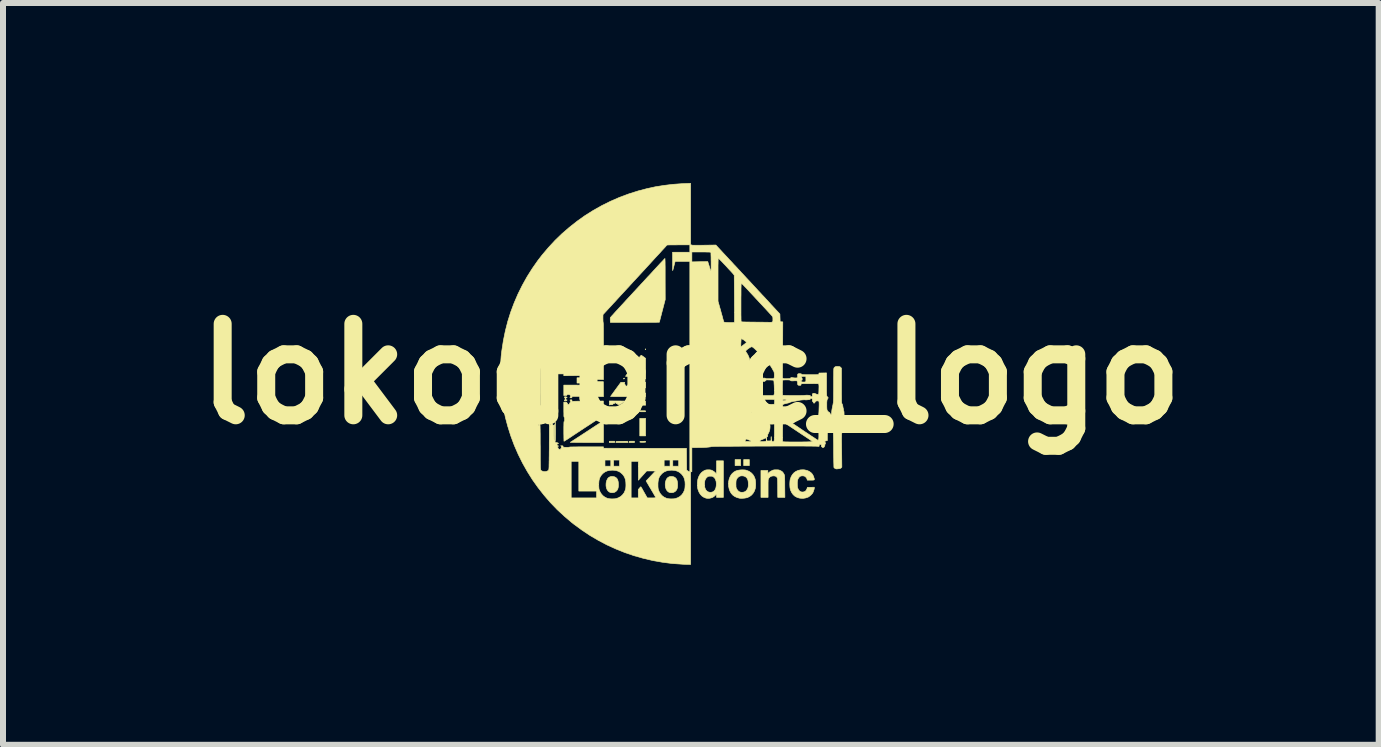
<source format=kicad_pcb>
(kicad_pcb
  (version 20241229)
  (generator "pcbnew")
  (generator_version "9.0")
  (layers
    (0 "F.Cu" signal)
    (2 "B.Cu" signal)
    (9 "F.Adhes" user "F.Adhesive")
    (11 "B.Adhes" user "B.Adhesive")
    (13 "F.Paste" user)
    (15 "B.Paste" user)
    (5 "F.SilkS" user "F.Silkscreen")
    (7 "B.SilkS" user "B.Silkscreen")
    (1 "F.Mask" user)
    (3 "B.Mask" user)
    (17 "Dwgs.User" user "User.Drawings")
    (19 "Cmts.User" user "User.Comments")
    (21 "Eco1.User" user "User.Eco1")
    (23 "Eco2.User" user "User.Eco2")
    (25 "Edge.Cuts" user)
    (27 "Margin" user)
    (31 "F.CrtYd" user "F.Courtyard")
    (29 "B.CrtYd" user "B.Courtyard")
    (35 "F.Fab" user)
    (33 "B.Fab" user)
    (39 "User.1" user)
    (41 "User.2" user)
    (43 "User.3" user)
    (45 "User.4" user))
  (footprint "lokodonc_logo"
    (layer "F.Cu")
    (at 8.462 3.181)
    (property "Reference" "lokodonc_logo" (at 0 0 0) (layer "F.SilkS") (effects (font (size 1.524 1.524) (thickness 0.3))))
    (attr through_hole)
    (fp_poly (pts (xy -1.27 1.143) (xy -1.359 1.143) (xy -1.359 1.122) (xy -1.27 1.122) (xy -1.27 1.143)) (stroke (width 0.01) (type solid)) (fill yes) (layer "F.SilkS"))
    (fp_poly (pts (xy -0.754 1.033) (xy -0.851 1.033) (xy -0.851 0.741) (xy -0.754 0.741) (xy -0.754 1.033)) (stroke (width 0.01) (type solid)) (fill yes) (layer "F.SilkS"))
    (fp_poly (pts (xy 0.83 1.528) (xy 0.737 1.528) (xy 0.737 1.427) (xy 0.83 1.427) (xy 0.83 1.528)) (stroke (width 0.01) (type solid)) (fill yes) (layer "F.SilkS"))
    (fp_poly (pts (xy 0.974 1.528) (xy 0.881 1.528) (xy 0.881 1.427) (xy 0.974 1.427) (xy 0.974 1.528)) (stroke (width 0.01) (type solid)) (fill yes) (layer "F.SilkS"))
    (fp_poly (pts (xy -0.754 -0.412) (xy -0.754 -0.411) (xy -0.755 -0.403) (xy -0.758 -0.404) (xy -0.76 -0.407) (xy -0.76 -0.413) (xy -0.758 -0.416) (xy -0.755 -0.418) (xy -0.754 -0.412)) (stroke (width 0.01) (type solid)) (fill yes) (layer "F.SilkS"))
    (fp_poly (pts (xy -1.107 0.072) (xy -1.107 0.078) (xy -1.11 0.081) (xy -1.118 0.084) (xy -1.122 0.082) (xy -1.122 0.081) (xy -1.119 0.075) (xy -1.116 0.072) (xy -1.11 0.069) (xy -1.107 0.072)) (stroke (width 0.01) (type solid)) (fill yes) (layer "F.SilkS"))
    (fp_poly (pts (xy -1.02 0.139) (xy -1.02 0.145) (xy -1.023 0.154) (xy -1.028 0.157) (xy -1.034 0.154) (xy -1.035 0.153) (xy -1.034 0.148) (xy -1.029 0.142) (xy -1.023 0.137) (xy -1.02 0.139)) (stroke (width 0.01) (type solid)) (fill yes) (layer "F.SilkS"))
    (fp_poly (pts (xy -0.94 1.143) (xy -1.032 1.143) (xy -1.03 1.132) (xy -1.029 1.128) (xy -1.026 1.125) (xy -1.021 1.123) (xy -1.011 1.122) (xy -0.995 1.122) (xy -0.984 1.122) (xy -0.94 1.122) (xy -0.94 1.143)) (stroke (width 0.01) (type solid)) (fill yes) (layer "F.SilkS"))
    (fp_poly (pts (xy -1.023 0.07) (xy -1.02 0.079) (xy -1.02 0.083) (xy -1.02 0.093) (xy -1.022 0.096) (xy -1.027 0.093) (xy -1.032 0.09) (xy -1.038 0.084) (xy -1.037 0.078) (xy -1.035 0.075) (xy -1.028 0.068) (xy -1.023 0.07)) (stroke (width 0.01) (type solid)) (fill yes) (layer "F.SilkS"))
    (fp_poly (pts (xy -1.051 1.143) (xy -1.249 1.143) (xy -1.248 1.133) (xy -1.247 1.13) (xy -1.246 1.128) (xy -1.242 1.126) (xy -1.236 1.125) (xy -1.225 1.124) (xy -1.21 1.124) (xy -1.188 1.123) (xy -1.159 1.123) (xy -1.151 1.123) (xy -1.055 1.122) (xy -1.051 1.143)) (stroke (width 0.01) (type solid)) (fill yes) (layer "F.SilkS"))
    (fp_poly (pts (xy -0.754 0.377) (xy -0.798 0.377) (xy -0.816 0.377) (xy -0.831 0.376) (xy -0.84 0.376) (xy -0.842 0.375) (xy -0.839 0.372) (xy -0.83 0.366) (xy -0.817 0.357) (xy -0.808 0.352) (xy -0.792 0.341) (xy -0.777 0.332) (xy -0.767 0.325) (xy -0.764 0.323) (xy -0.754 0.317) (xy -0.754 0.377)) (stroke (width 0.01) (type solid)) (fill yes) (layer "F.SilkS"))
    (fp_poly (pts (xy -1.845 0.064) (xy -1.834 0.065) (xy -1.828 0.068) (xy -1.827 0.069) (xy -1.829 0.075) (xy -1.833 0.077) (xy -1.84 0.083) (xy -1.844 0.094) (xy -1.845 0.112) (xy -1.84 0.124) (xy -1.831 0.13) (xy -1.822 0.133) (xy -1.821 0.138) (xy -1.828 0.145) (xy -1.836 0.15) (xy -1.848 0.152) (xy -1.866 0.152) (xy -1.897 0.152) (xy -1.897 0.064) (xy -1.863 0.064) (xy -1.845 0.064)) (stroke (width 0.01) (type solid)) (fill yes) (layer "F.SilkS"))
    (fp_poly (pts (xy -0.767 1.122) (xy -0.759 1.123) (xy -0.755 1.125) (xy -0.754 1.128) (xy -0.754 1.13) (xy -0.754 1.134) (xy -0.756 1.136) (xy -0.762 1.138) (xy -0.773 1.138) (xy -0.789 1.139) (xy -0.803 1.139) (xy -0.824 1.139) (xy -0.837 1.138) (xy -0.846 1.137) (xy -0.849 1.135) (xy -0.85 1.132) (xy -0.85 1.131) (xy -0.848 1.128) (xy -0.844 1.126) (xy -0.836 1.124) (xy -0.822 1.123) (xy -0.801 1.123) (xy -0.78 1.122) (xy -0.767 1.122)) (stroke (width 0.01) (type solid)) (fill yes) (layer "F.SilkS"))
    (fp_poly (pts (xy -0.754 0.486) (xy -0.753 0.521) (xy -0.87 0.521) (xy -0.908 0.521) (xy -0.939 0.52) (xy -0.962 0.519) (xy -0.978 0.518) (xy -0.986 0.517) (xy -0.986 0.516) (xy -0.99 0.513) (xy -0.992 0.512) (xy -0.998 0.509) (xy -1.001 0.504) (xy -1.007 0.497) (xy -1.015 0.495) (xy -1.019 0.495) (xy -1.019 0.492) (xy -1.013 0.487) (xy -1.001 0.479) (xy -0.993 0.473) (xy -0.959 0.451) (xy -0.857 0.451) (xy -0.756 0.451) (xy -0.754 0.486)) (stroke (width 0.01) (type solid)) (fill yes) (layer "F.SilkS"))
    (fp_poly (pts (xy -0.781 0.614) (xy -0.767 0.614) (xy -0.759 0.615) (xy -0.755 0.617) (xy -0.754 0.62) (xy -0.754 0.622) (xy -0.754 0.626) (xy -0.757 0.628) (xy -0.762 0.63) (xy -0.773 0.631) (xy -0.79 0.631) (xy -0.802 0.631) (xy -0.823 0.631) (xy -0.837 0.63) (xy -0.845 0.629) (xy -0.849 0.627) (xy -0.851 0.624) (xy -0.851 0.622) (xy -0.85 0.619) (xy -0.848 0.616) (xy -0.842 0.615) (xy -0.831 0.614) (xy -0.814 0.614) (xy -0.802 0.614) (xy -0.781 0.614)) (stroke (width 0.01) (type solid)) (fill yes) (layer "F.SilkS"))
    (fp_poly (pts (xy -1.28 1.712) (xy -1.264 1.718) (xy -1.243 1.731) (xy -1.228 1.748) (xy -1.217 1.771) (xy -1.21 1.799) (xy -1.207 1.833) (xy -1.207 1.834) (xy -1.207 1.867) (xy -1.211 1.895) (xy -1.218 1.918) (xy -1.229 1.938) (xy -1.232 1.942) (xy -1.25 1.96) (xy -1.273 1.973) (xy -1.299 1.979) (xy -1.327 1.978) (xy -1.336 1.977) (xy -1.36 1.967) (xy -1.38 1.95) (xy -1.396 1.927) (xy -1.407 1.899) (xy -1.413 1.867) (xy -1.413 1.832) (xy -1.41 1.806) (xy -1.401 1.774) (xy -1.388 1.747) (xy -1.371 1.727) (xy -1.349 1.715) (xy -1.347 1.714) (xy -1.326 1.709) (xy -1.303 1.709) (xy -1.28 1.712)) (stroke (width 0.01) (type solid)) (fill yes) (layer "F.SilkS"))
    (fp_poly (pts (xy -0.294 1.712) (xy -0.277 1.718) (xy -0.257 1.731) (xy -0.242 1.748) (xy -0.231 1.771) (xy -0.224 1.799) (xy -0.221 1.833) (xy -0.221 1.834) (xy -0.221 1.867) (xy -0.224 1.895) (xy -0.231 1.918) (xy -0.242 1.938) (xy -0.245 1.942) (xy -0.263 1.96) (xy -0.287 1.973) (xy -0.313 1.979) (xy -0.34 1.978) (xy -0.349 1.977) (xy -0.373 1.967) (xy -0.393 1.95) (xy -0.409 1.927) (xy -0.42 1.899) (xy -0.426 1.867) (xy -0.427 1.832) (xy -0.424 1.806) (xy -0.415 1.774) (xy -0.402 1.747) (xy -0.384 1.727) (xy -0.363 1.715) (xy -0.36 1.714) (xy -0.34 1.709) (xy -0.316 1.709) (xy -0.294 1.712)) (stroke (width 0.01) (type solid)) (fill yes) (layer "F.SilkS"))
    (fp_poly (pts (xy -2.084 0.381) (xy -2.073 0.384) (xy -2.07 0.385) (xy -2.063 0.391) (xy -2.063 0.396) (xy -2.072 0.398) (xy -2.072 0.398) (xy -2.079 0.399) (xy -2.082 0.403) (xy -2.083 0.413) (xy -2.083 0.415) (xy -2.082 0.426) (xy -2.079 0.431) (xy -2.073 0.432) (xy -2.072 0.432) (xy -2.063 0.433) (xy -2.063 0.437) (xy -2.069 0.443) (xy -2.078 0.447) (xy -2.089 0.449) (xy -2.1 0.448) (xy -2.107 0.445) (xy -2.108 0.443) (xy -2.105 0.436) (xy -2.102 0.435) (xy -2.097 0.428) (xy -2.095 0.415) (xy -2.097 0.401) (xy -2.102 0.395) (xy -2.107 0.39) (xy -2.108 0.387) (xy -2.105 0.383) (xy -2.096 0.381) (xy -2.084 0.381)) (stroke (width 0.01) (type solid)) (fill yes) (layer "F.SilkS"))
    (fp_poly (pts (xy -1.461 0.785) (xy -1.46 0.787) (xy -1.459 0.792) (xy -1.458 0.8) (xy -1.457 0.812) (xy -1.457 0.829) (xy -1.457 0.851) (xy -1.456 0.88) (xy -1.456 0.916) (xy -1.456 0.96) (xy -1.456 1.143) (xy -1.739 1.143) (xy -1.788 1.143) (xy -1.834 1.142) (xy -1.876 1.142) (xy -1.913 1.142) (xy -1.946 1.141) (xy -1.972 1.141) (xy -1.992 1.14) (xy -2.005 1.14) (xy -2.01 1.139) (xy -2.01 1.139) (xy -2.004 1.136) (xy -1.992 1.129) (xy -1.975 1.118) (xy -1.952 1.103) (xy -1.924 1.085) (xy -1.892 1.064) (xy -1.856 1.041) (xy -1.818 1.016) (xy -1.777 0.989) (xy -1.734 0.961) (xy -1.734 0.961) (xy -1.691 0.933) (xy -1.65 0.906) (xy -1.612 0.881) (xy -1.577 0.858) (xy -1.545 0.838) (xy -1.518 0.82) (xy -1.496 0.806) (xy -1.479 0.795) (xy -1.468 0.788) (xy -1.463 0.785) (xy -1.463 0.785) (xy -1.461 0.785)) (stroke (width 0.01) (type solid)) (fill yes) (layer "F.SilkS"))
    (fp_poly (pts (xy -1.231 0.451) (xy -1.199 0.451) (xy -1.169 0.451) (xy -1.143 0.452) (xy -1.122 0.452) (xy -1.108 0.452) (xy -1.1 0.452) (xy -1.099 0.452) (xy -1.1 0.455) (xy -1.108 0.461) (xy -1.12 0.47) (xy -1.136 0.481) (xy -1.139 0.483) (xy -1.159 0.495) (xy -1.173 0.504) (xy -1.185 0.509) (xy -1.194 0.512) (xy -1.201 0.512) (xy -1.213 0.511) (xy -1.218 0.508) (xy -1.22 0.504) (xy -1.225 0.497) (xy -1.235 0.495) (xy -1.245 0.494) (xy -1.249 0.488) (xy -1.25 0.486) (xy -1.254 0.478) (xy -1.259 0.476) (xy -1.267 0.48) (xy -1.269 0.486) (xy -1.272 0.493) (xy -1.28 0.495) (xy -1.283 0.495) (xy -1.294 0.497) (xy -1.298 0.504) (xy -1.301 0.508) (xy -1.306 0.511) (xy -1.316 0.512) (xy -1.327 0.512) (xy -1.345 0.513) (xy -1.354 0.516) (xy -1.356 0.518) (xy -1.357 0.516) (xy -1.358 0.508) (xy -1.358 0.494) (xy -1.359 0.486) (xy -1.359 0.45) (xy -1.231 0.451)) (stroke (width 0.01) (type solid)) (fill yes) (layer "F.SilkS"))
    (fp_poly (pts (xy -0.821 -0.308) (xy -0.81 -0.301) (xy -0.796 -0.291) (xy -0.787 -0.285) (xy -0.754 -0.26) (xy -0.754 -0.088) (xy -0.754 0.084) (xy -0.855 0.086) (xy -0.889 0.086) (xy -0.916 0.086) (xy -0.935 0.085) (xy -0.948 0.085) (xy -0.956 0.083) (xy -0.959 0.082) (xy -0.964 0.079) (xy -0.975 0.076) (xy -0.985 0.075) (xy -1 0.074) (xy -1.008 0.072) (xy -1.01 0.068) (xy -1.013 0.063) (xy -1.025 0.06) (xy -1.026 0.06) (xy -1.037 0.058) (xy -1.041 0.054) (xy -1.041 0.051) (xy -1.045 0.044) (xy -1.055 0.04) (xy -1.073 0.041) (xy -1.073 0.041) (xy -1.084 0.041) (xy -1.087 0.038) (xy -1.087 0.037) (xy -1.084 0.032) (xy -1.077 0.022) (xy -1.066 0.006) (xy -1.051 -0.015) (xy -1.033 -0.04) (xy -1.012 -0.068) (xy -0.99 -0.1) (xy -0.965 -0.133) (xy -0.959 -0.141) (xy -0.927 -0.185) (xy -0.899 -0.223) (xy -0.876 -0.253) (xy -0.857 -0.277) (xy -0.843 -0.295) (xy -0.833 -0.306) (xy -0.828 -0.311) (xy -0.827 -0.311) (xy -0.821 -0.308)) (stroke (width 0.01) (type solid)) (fill yes) (layer "F.SilkS"))
    (fp_poly (pts (xy -0.958 0.134) (xy -0.955 0.136) (xy -0.948 0.138) (xy -0.935 0.139) (xy -0.917 0.139) (xy -0.891 0.14) (xy -0.858 0.14) (xy -0.754 0.14) (xy -0.754 0.229) (xy -0.866 0.303) (xy -0.979 0.377) (xy -1.128 0.378) (xy -1.164 0.378) (xy -1.199 0.378) (xy -1.231 0.378) (xy -1.259 0.378) (xy -1.283 0.378) (xy -1.3 0.377) (xy -1.307 0.377) (xy -1.338 0.375) (xy -1.252 0.257) (xy -1.166 0.14) (xy -1.133 0.14) (xy -1.118 0.14) (xy -1.106 0.141) (xy -1.101 0.142) (xy -1.101 0.142) (xy -1.103 0.147) (xy -1.106 0.153) (xy -1.109 0.16) (xy -1.106 0.164) (xy -1.104 0.166) (xy -1.098 0.173) (xy -1.096 0.178) (xy -1.093 0.19) (xy -1.083 0.199) (xy -1.072 0.203) (xy -1.071 0.203) (xy -1.059 0.199) (xy -1.05 0.19) (xy -1.046 0.178) (xy -1.046 0.178) (xy -1.043 0.171) (xy -1.035 0.169) (xy -1.024 0.169) (xy -1.018 0.168) (xy -1.013 0.164) (xy -1.011 0.162) (xy -1.006 0.158) (xy -1.003 0.161) (xy -1.002 0.163) (xy -0.996 0.169) (xy -0.987 0.17) (xy -0.977 0.166) (xy -0.968 0.158) (xy -0.962 0.148) (xy -0.961 0.141) (xy -0.96 0.134) (xy -0.958 0.134) (xy -0.958 0.134)) (stroke (width 0.01) (type solid)) (fill yes) (layer "F.SilkS"))
    (fp_poly (pts (xy 1.443 1.598) (xy 1.458 1.599) (xy 1.469 1.601) (xy 1.48 1.605) (xy 1.493 1.611) (xy 1.495 1.612) (xy 1.517 1.624) (xy 1.532 1.638) (xy 1.545 1.657) (xy 1.555 1.675) (xy 1.557 1.68) (xy 1.559 1.685) (xy 1.56 1.691) (xy 1.562 1.699) (xy 1.563 1.709) (xy 1.563 1.723) (xy 1.564 1.741) (xy 1.564 1.763) (xy 1.565 1.792) (xy 1.565 1.827) (xy 1.565 1.87) (xy 1.565 1.876) (xy 1.567 2.057) (xy 1.448 2.057) (xy 1.447 1.9) (xy 1.447 1.859) (xy 1.446 1.826) (xy 1.446 1.799) (xy 1.445 1.778) (xy 1.445 1.763) (xy 1.444 1.751) (xy 1.443 1.742) (xy 1.441 1.736) (xy 1.439 1.731) (xy 1.437 1.727) (xy 1.425 1.712) (xy 1.409 1.703) (xy 1.387 1.699) (xy 1.37 1.699) (xy 1.343 1.704) (xy 1.321 1.715) (xy 1.303 1.733) (xy 1.297 1.744) (xy 1.294 1.749) (xy 1.292 1.754) (xy 1.29 1.76) (xy 1.289 1.768) (xy 1.288 1.778) (xy 1.288 1.792) (xy 1.287 1.811) (xy 1.287 1.835) (xy 1.287 1.866) (xy 1.287 1.904) (xy 1.287 2.057) (xy 1.168 2.057) (xy 1.168 1.609) (xy 1.283 1.609) (xy 1.283 1.661) (xy 1.302 1.643) (xy 1.316 1.631) (xy 1.334 1.62) (xy 1.35 1.612) (xy 1.363 1.605) (xy 1.375 1.602) (xy 1.386 1.599) (xy 1.401 1.598) (xy 1.422 1.598) (xy 1.422 1.598) (xy 1.443 1.598)) (stroke (width 0.01) (type solid)) (fill yes) (layer "F.SilkS"))
    (fp_poly (pts (xy -0.431 -1.92) (xy -0.431 -1.908) (xy -0.43 -1.889) (xy -0.429 -1.861) (xy -0.429 -1.826) (xy -0.428 -1.784) (xy -0.428 -1.736) (xy -0.428 -1.68) (xy -0.428 -1.619) (xy -0.428 -1.583) (xy -0.427 -1.239) (xy -0.476 -1.051) (xy -0.486 -1.013) (xy -0.495 -0.977) (xy -0.504 -0.944) (xy -0.511 -0.916) (xy -0.517 -0.893) (xy -0.521 -0.875) (xy -0.524 -0.865) (xy -0.525 -0.861) (xy -0.529 -0.861) (xy -0.541 -0.861) (xy -0.56 -0.861) (xy -0.587 -0.86) (xy -0.619 -0.86) (xy -0.657 -0.86) (xy -0.699 -0.86) (xy -0.747 -0.86) (xy -0.798 -0.859) (xy -0.852 -0.859) (xy -0.909 -0.859) (xy -0.933 -0.859) (xy -1.341 -0.859) (xy -1.343 -0.896) (xy -1.343 -0.914) (xy -1.343 -0.928) (xy -1.342 -0.937) (xy -1.342 -0.938) (xy -1.339 -0.942) (xy -1.33 -0.952) (xy -1.317 -0.967) (xy -1.298 -0.987) (xy -1.276 -1.012) (xy -1.25 -1.041) (xy -1.22 -1.073) (xy -1.188 -1.108) (xy -1.152 -1.147) (xy -1.115 -1.187) (xy -1.076 -1.23) (xy -1.035 -1.274) (xy -0.993 -1.319) (xy -0.951 -1.365) (xy -0.908 -1.411) (xy -0.9 -1.42) (xy -0.883 -1.438) (xy -0.863 -1.46) (xy -0.839 -1.486) (xy -0.814 -1.513) (xy -0.789 -1.539) (xy -0.774 -1.556) (xy -0.718 -1.617) (xy -0.666 -1.672) (xy -0.62 -1.723) (xy -0.578 -1.768) (xy -0.541 -1.808) (xy -0.51 -1.842) (xy -0.483 -1.87) (xy -0.462 -1.892) (xy -0.447 -1.909) (xy -0.437 -1.919) (xy -0.432 -1.924) (xy -0.432 -1.924) (xy -0.431 -1.92)) (stroke (width 0.01) (type solid)) (fill yes) (layer "F.SilkS"))
    (fp_poly (pts (xy -1.569 0.128) (xy -1.549 0.128) (xy -1.458 0.129) (xy -1.457 0.254) (xy -1.456 0.378) (xy -1.719 0.376) (xy -1.981 0.374) (xy -1.981 0.386) (xy -1.982 0.394) (xy -1.986 0.397) (xy -1.995 0.398) (xy -1.998 0.398) (xy -2.009 0.397) (xy -2.015 0.395) (xy -2.015 0.394) (xy -2.012 0.389) (xy -2.009 0.385) (xy -2.003 0.376) (xy -2.005 0.364) (xy -2.012 0.354) (xy -2.019 0.347) (xy -2.029 0.344) (xy -2.042 0.343) (xy -2.055 0.343) (xy -2.061 0.346) (xy -2.064 0.351) (xy -2.065 0.351) (xy -2.067 0.356) (xy -2.073 0.359) (xy -2.083 0.36) (xy -2.092 0.36) (xy -2.117 0.36) (xy -2.117 0.186) (xy -1.971 0.186) (xy -1.932 0.186) (xy -1.9 0.186) (xy -1.876 0.187) (xy -1.857 0.187) (xy -1.844 0.187) (xy -1.835 0.188) (xy -1.829 0.189) (xy -1.826 0.191) (xy -1.825 0.193) (xy -1.825 0.195) (xy -1.825 0.195) (xy -1.821 0.203) (xy -1.812 0.209) (xy -1.8 0.214) (xy -1.788 0.215) (xy -1.786 0.215) (xy -1.773 0.21) (xy -1.765 0.203) (xy -1.76 0.192) (xy -1.759 0.175) (xy -1.758 0.169) (xy -1.758 0.154) (xy -1.756 0.142) (xy -1.755 0.137) (xy -1.755 0.137) (xy -1.75 0.135) (xy -1.738 0.135) (xy -1.723 0.135) (xy -1.707 0.136) (xy -1.692 0.137) (xy -1.68 0.138) (xy -1.674 0.14) (xy -1.665 0.144) (xy -1.654 0.142) (xy -1.646 0.136) (xy -1.645 0.135) (xy -1.643 0.133) (xy -1.64 0.13) (xy -1.634 0.129) (xy -1.626 0.128) (xy -1.613 0.128) (xy -1.594 0.128) (xy -1.569 0.128)) (stroke (width 0.01) (type solid)) (fill yes) (layer "F.SilkS"))
    (fp_poly (pts (xy 1.895 1.599) (xy 1.936 1.608) (xy 1.972 1.624) (xy 2.002 1.645) (xy 2.026 1.672) (xy 2.044 1.705) (xy 2.051 1.729) (xy 2.056 1.744) (xy 2.058 1.755) (xy 2.057 1.763) (xy 2.051 1.767) (xy 2.041 1.769) (xy 2.024 1.77) (xy 2 1.77) (xy 1.94 1.77) (xy 1.937 1.755) (xy 1.931 1.739) (xy 1.919 1.723) (xy 1.904 1.71) (xy 1.894 1.703) (xy 1.874 1.699) (xy 1.853 1.698) (xy 1.832 1.702) (xy 1.827 1.703) (xy 1.811 1.714) (xy 1.796 1.732) (xy 1.784 1.754) (xy 1.781 1.765) (xy 1.777 1.785) (xy 1.774 1.81) (xy 1.774 1.837) (xy 1.775 1.864) (xy 1.777 1.887) (xy 1.78 1.899) (xy 1.792 1.927) (xy 1.808 1.948) (xy 1.828 1.962) (xy 1.851 1.968) (xy 1.86 1.968) (xy 1.885 1.965) (xy 1.906 1.955) (xy 1.922 1.939) (xy 1.934 1.915) (xy 1.935 1.913) (xy 1.943 1.89) (xy 2 1.889) (xy 2.057 1.888) (xy 2.057 1.9) (xy 2.056 1.915) (xy 2.05 1.934) (xy 2.043 1.955) (xy 2.035 1.974) (xy 2.031 1.983) (xy 2.017 2.001) (xy 1.999 2.02) (xy 1.978 2.037) (xy 1.958 2.051) (xy 1.953 2.053) (xy 1.916 2.066) (xy 1.875 2.073) (xy 1.833 2.072) (xy 1.804 2.068) (xy 1.766 2.055) (xy 1.732 2.036) (xy 1.704 2.01) (xy 1.681 1.978) (xy 1.663 1.94) (xy 1.657 1.918) (xy 1.652 1.895) (xy 1.65 1.868) (xy 1.649 1.837) (xy 1.65 1.806) (xy 1.652 1.778) (xy 1.656 1.755) (xy 1.657 1.753) (xy 1.672 1.711) (xy 1.693 1.676) (xy 1.72 1.646) (xy 1.751 1.624) (xy 1.787 1.608) (xy 1.827 1.599) (xy 1.871 1.597) (xy 1.895 1.599)) (stroke (width 0.01) (type solid)) (fill yes) (layer "F.SilkS"))
    (fp_poly (pts (xy 0.881 1.599) (xy 0.901 1.6) (xy 0.918 1.603) (xy 0.933 1.608) (xy 0.972 1.624) (xy 1.005 1.647) (xy 1.033 1.675) (xy 1.055 1.71) (xy 1.071 1.751) (xy 1.073 1.759) (xy 1.077 1.78) (xy 1.079 1.806) (xy 1.08 1.835) (xy 1.079 1.864) (xy 1.077 1.89) (xy 1.073 1.911) (xy 1.073 1.911) (xy 1.059 1.952) (xy 1.038 1.988) (xy 1.012 2.018) (xy 0.98 2.042) (xy 0.943 2.06) (xy 0.936 2.062) (xy 0.917 2.066) (xy 0.893 2.07) (xy 0.868 2.072) (xy 0.843 2.073) (xy 0.822 2.072) (xy 0.815 2.072) (xy 0.772 2.061) (xy 0.734 2.044) (xy 0.701 2.021) (xy 0.674 1.992) (xy 0.654 1.958) (xy 0.639 1.919) (xy 0.63 1.877) (xy 0.627 1.835) (xy 0.751 1.835) (xy 0.752 1.858) (xy 0.752 1.875) (xy 0.753 1.887) (xy 0.756 1.897) (xy 0.759 1.906) (xy 0.763 1.914) (xy 0.777 1.936) (xy 0.794 1.954) (xy 0.813 1.966) (xy 0.819 1.968) (xy 0.839 1.972) (xy 0.862 1.972) (xy 0.883 1.969) (xy 0.895 1.965) (xy 0.919 1.95) (xy 0.937 1.928) (xy 0.949 1.905) (xy 0.953 1.892) (xy 0.956 1.878) (xy 0.958 1.862) (xy 0.958 1.84) (xy 0.958 1.835) (xy 0.957 1.806) (xy 0.954 1.783) (xy 0.949 1.763) (xy 0.94 1.745) (xy 0.934 1.735) (xy 0.918 1.719) (xy 0.897 1.706) (xy 0.871 1.699) (xy 0.845 1.698) (xy 0.821 1.702) (xy 0.802 1.711) (xy 0.784 1.726) (xy 0.768 1.745) (xy 0.762 1.758) (xy 0.757 1.768) (xy 0.754 1.778) (xy 0.753 1.79) (xy 0.752 1.805) (xy 0.751 1.826) (xy 0.751 1.835) (xy 0.627 1.835) (xy 0.627 1.834) (xy 0.63 1.791) (xy 0.639 1.75) (xy 0.654 1.712) (xy 0.673 1.679) (xy 0.691 1.658) (xy 0.719 1.634) (xy 0.749 1.617) (xy 0.784 1.606) (xy 0.823 1.6) (xy 0.855 1.598) (xy 0.881 1.599)) (stroke (width 0.01) (type solid)) (fill yes) (layer "F.SilkS"))
    (fp_poly (pts (xy 0.542 2.057) (xy 0.428 2.057) (xy 0.428 2) (xy 0.408 2.022) (xy 0.382 2.046) (xy 0.352 2.062) (xy 0.318 2.071) (xy 0.302 2.073) (xy 0.279 2.073) (xy 0.259 2.071) (xy 0.25 2.069) (xy 0.214 2.054) (xy 0.183 2.033) (xy 0.157 2.005) (xy 0.136 1.97) (xy 0.12 1.93) (xy 0.116 1.915) (xy 0.111 1.887) (xy 0.109 1.854) (xy 0.109 1.827) (xy 0.229 1.827) (xy 0.229 1.861) (xy 0.232 1.888) (xy 0.239 1.91) (xy 0.249 1.93) (xy 0.253 1.937) (xy 0.271 1.955) (xy 0.293 1.967) (xy 0.319 1.973) (xy 0.344 1.971) (xy 0.366 1.965) (xy 0.388 1.95) (xy 0.404 1.929) (xy 0.416 1.902) (xy 0.423 1.867) (xy 0.423 1.866) (xy 0.425 1.826) (xy 0.421 1.79) (xy 0.411 1.76) (xy 0.397 1.735) (xy 0.377 1.717) (xy 0.367 1.71) (xy 0.358 1.706) (xy 0.347 1.704) (xy 0.331 1.704) (xy 0.326 1.704) (xy 0.308 1.704) (xy 0.296 1.706) (xy 0.287 1.709) (xy 0.277 1.715) (xy 0.275 1.717) (xy 0.256 1.735) (xy 0.243 1.755) (xy 0.238 1.767) (xy 0.234 1.777) (xy 0.232 1.789) (xy 0.23 1.805) (xy 0.229 1.826) (xy 0.229 1.827) (xy 0.109 1.827) (xy 0.109 1.818) (xy 0.112 1.785) (xy 0.117 1.755) (xy 0.118 1.751) (xy 0.133 1.709) (xy 0.153 1.673) (xy 0.178 1.643) (xy 0.208 1.62) (xy 0.223 1.612) (xy 0.238 1.605) (xy 0.25 1.601) (xy 0.262 1.599) (xy 0.278 1.598) (xy 0.292 1.598) (xy 0.312 1.598) (xy 0.327 1.6) (xy 0.338 1.602) (xy 0.351 1.607) (xy 0.361 1.612) (xy 0.383 1.625) (xy 0.401 1.64) (xy 0.406 1.645) (xy 0.415 1.655) (xy 0.422 1.662) (xy 0.425 1.664) (xy 0.426 1.66) (xy 0.426 1.648) (xy 0.427 1.631) (xy 0.427 1.608) (xy 0.427 1.581) (xy 0.428 1.556) (xy 0.428 1.448) (xy 0.542 1.448) (xy 0.542 2.057)) (stroke (width 0.01) (type solid)) (fill yes) (layer "F.SilkS"))
    (fp_poly (pts (xy -1.987 0.432) (xy -1.982 0.435) (xy -1.981 0.442) (xy -1.981 0.445) (xy -1.981 0.458) (xy -1.923 0.455) (xy -1.907 0.455) (xy -1.883 0.454) (xy -1.853 0.454) (xy -1.818 0.453) (xy -1.78 0.453) (xy -1.738 0.453) (xy -1.696 0.452) (xy -1.662 0.452) (xy -1.458 0.451) (xy -1.456 0.647) (xy -1.472 0.648) (xy -1.488 0.65) (xy -1.49 0.683) (xy -1.492 0.716) (xy -1.622 0.801) (xy -1.699 0.852) (xy -1.77 0.898) (xy -1.834 0.94) (xy -1.891 0.978) (xy -1.943 1.012) (xy -1.989 1.043) (xy -2.03 1.07) (xy -2.03 1.07) (xy -2.053 1.085) (xy -2.074 1.098) (xy -2.091 1.109) (xy -2.104 1.117) (xy -2.112 1.121) (xy -2.113 1.122) (xy -2.114 1.118) (xy -2.115 1.106) (xy -2.115 1.087) (xy -2.116 1.062) (xy -2.116 1.032) (xy -2.117 0.997) (xy -2.117 0.958) (xy -2.117 0.957) (xy -2.117 0.915) (xy -2.117 0.88) (xy -2.116 0.853) (xy -2.116 0.831) (xy -2.115 0.815) (xy -2.115 0.804) (xy -2.114 0.797) (xy -2.112 0.793) (xy -2.111 0.792) (xy -2.11 0.792) (xy -2.107 0.79) (xy -2.105 0.784) (xy -2.104 0.773) (xy -2.104 0.758) (xy -2.104 0.74) (xy -2.106 0.728) (xy -2.108 0.723) (xy -2.11 0.721) (xy -2.112 0.719) (xy -2.114 0.715) (xy -2.115 0.708) (xy -2.116 0.696) (xy -2.116 0.68) (xy -2.116 0.657) (xy -2.117 0.628) (xy -2.117 0.594) (xy -2.117 0.47) (xy -2.091 0.47) (xy -2.077 0.47) (xy -2.069 0.472) (xy -2.066 0.475) (xy -2.066 0.478) (xy -2.063 0.487) (xy -2.06 0.49) (xy -2.054 0.495) (xy -2.053 0.5) (xy -2.051 0.506) (xy -2.043 0.508) (xy -2.041 0.508) (xy -2.032 0.507) (xy -2.026 0.502) (xy -2.021 0.492) (xy -2.019 0.489) (xy -2.014 0.478) (xy -2.008 0.471) (xy -2.006 0.47) (xy -2.003 0.467) (xy -2.003 0.459) (xy -2.005 0.45) (xy -2.009 0.444) (xy -2.014 0.438) (xy -2.012 0.434) (xy -2.002 0.432) (xy -1.998 0.432) (xy -1.987 0.432)) (stroke (width 0.01) (type solid)) (fill yes) (layer "F.SilkS"))
    (fp_poly (pts (xy -0.004 -2.151) (xy 0.006 -2.151) (xy 0.014 -2.149) (xy 0.017 -2.147) (xy 0.021 -2.146) (xy 0.033 -2.145) (xy 0.053 -2.145) (xy 0.08 -2.144) (xy 0.113 -2.144) (xy 0.153 -2.144) (xy 0.198 -2.145) (xy 0.217 -2.145) (xy 0.417 -2.148) (xy 0.55 -2.004) (xy 0.58 -1.972) (xy 0.611 -1.939) (xy 0.64 -1.907) (xy 0.669 -1.877) (xy 0.695 -1.849) (xy 0.717 -1.824) (xy 0.736 -1.805) (xy 0.743 -1.797) (xy 0.766 -1.773) (xy 0.791 -1.745) (xy 0.817 -1.718) (xy 0.84 -1.692) (xy 0.855 -1.676) (xy 0.875 -1.655) (xy 0.895 -1.633) (xy 0.915 -1.612) (xy 0.931 -1.594) (xy 0.94 -1.585) (xy 0.95 -1.574) (xy 0.966 -1.557) (xy 0.985 -1.537) (xy 1.007 -1.513) (xy 1.031 -1.487) (xy 1.056 -1.46) (xy 1.071 -1.444) (xy 1.097 -1.416) (xy 1.122 -1.388) (xy 1.147 -1.362) (xy 1.17 -1.337) (xy 1.189 -1.316) (xy 1.205 -1.3) (xy 1.211 -1.293) (xy 1.23 -1.274) (xy 1.251 -1.25) (xy 1.274 -1.226) (xy 1.294 -1.204) (xy 1.295 -1.202) (xy 1.315 -1.181) (xy 1.337 -1.156) (xy 1.359 -1.133) (xy 1.378 -1.112) (xy 1.38 -1.11) (xy 1.398 -1.091) (xy 1.418 -1.069) (xy 1.437 -1.049) (xy 1.452 -1.033) (xy 1.484 -0.998) (xy 1.486 -0.934) (xy 1.488 -0.87) (xy 1.532 -0.867) (xy 1.53 -0.401) (xy 1.527 0.066) (xy 1.536 0.073) (xy 1.54 0.077) (xy 1.546 0.079) (xy 1.555 0.08) (xy 1.569 0.08) (xy 1.589 0.08) (xy 1.6 0.08) (xy 1.622 0.079) (xy 1.638 0.078) (xy 1.648 0.077) (xy 1.655 0.075) (xy 1.659 0.072) (xy 1.662 0.068) (xy 1.668 0.062) (xy 1.675 0.06) (xy 1.686 0.061) (xy 1.714 0.065) (xy 1.735 0.067) (xy 1.751 0.067) (xy 1.763 0.066) (xy 1.781 0.063) (xy 1.779 0.036) (xy 1.778 0.017) (xy 1.781 0.005) (xy 1.787 -0.001) (xy 1.799 -0.004) (xy 1.811 -0.004) (xy 1.828 -0.003) (xy 1.839 -0.001) (xy 1.845 0.004) (xy 1.846 0.007) (xy 1.848 0.009) (xy 1.855 0.01) (xy 1.866 0.011) (xy 1.882 0.012) (xy 1.905 0.013) (xy 1.934 0.013) (xy 1.971 0.013) (xy 1.987 0.013) (xy 2.02 0.013) (xy 2.051 0.013) (xy 2.078 0.013) (xy 2.101 0.012) (xy 2.117 0.011) (xy 2.127 0.011) (xy 2.129 0.01) (xy 2.133 0.003) (xy 2.134 -0.004) (xy 2.136 -0.015) (xy 2.198 -0.016) (xy 2.261 -0.017) (xy 2.261 0.169) (xy 2.261 0.214) (xy 2.261 0.255) (xy 2.261 0.29) (xy 2.262 0.32) (xy 2.263 0.342) (xy 2.264 0.358) (xy 2.265 0.366) (xy 2.265 0.366) (xy 2.271 0.377) (xy 2.28 0.387) (xy 2.28 0.388) (xy 2.287 0.395) (xy 2.289 0.4) (xy 2.285 0.405) (xy 2.285 0.406) (xy 2.278 0.414) (xy 2.273 0.425) (xy 2.269 0.437) (xy 2.267 0.454) (xy 2.265 0.476) (xy 2.265 0.505) (xy 2.265 0.516) (xy 2.265 0.546) (xy 2.266 0.568) (xy 2.267 0.585) (xy 2.269 0.597) (xy 2.271 0.604) (xy 2.279 0.618) (xy 2.289 0.629) (xy 2.299 0.637) (xy 2.306 0.639) (xy 2.311 0.643) (xy 2.317 0.652) (xy 2.32 0.659) (xy 2.327 0.671) (xy 2.334 0.676) (xy 2.336 0.676) (xy 2.34 0.674) (xy 2.342 0.668) (xy 2.344 0.656) (xy 2.346 0.639) (xy 2.348 0.62) (xy 2.35 0.601) (xy 2.353 0.586) (xy 2.353 0.584) (xy 2.356 0.571) (xy 2.36 0.552) (xy 2.363 0.533) (xy 2.364 0.531) (xy 2.368 0.512) (xy 2.371 0.494) (xy 2.374 0.479) (xy 2.375 0.478) (xy 2.375 0.47) (xy 2.376 0.454) (xy 2.377 0.43) (xy 2.378 0.4) (xy 2.378 0.363) (xy 2.378 0.32) (xy 2.379 0.272) (xy 2.379 0.219) (xy 2.379 0.196) (xy 2.379 0.149) (xy 2.379 0.105) (xy 2.379 0.062) (xy 2.38 0.024) (xy 2.38 -0.01) (xy 2.38 -0.038) (xy 2.381 -0.061) (xy 2.381 -0.077) (xy 2.382 -0.085) (xy 2.382 -0.085) (xy 2.385 -0.099) (xy 2.392 -0.108) (xy 2.399 -0.114) (xy 2.408 -0.12) (xy 2.417 -0.123) (xy 2.429 -0.124) (xy 2.446 -0.124) (xy 2.448 -0.124) (xy 2.465 -0.123) (xy 2.477 -0.122) (xy 2.485 -0.119) (xy 2.492 -0.114) (xy 2.496 -0.109) (xy 2.51 -0.096) (xy 2.51 0.195) (xy 2.51 0.252) (xy 2.51 0.3) (xy 2.51 0.342) (xy 2.511 0.377) (xy 2.511 0.406) (xy 2.511 0.429) (xy 2.511 0.448) (xy 2.512 0.462) (xy 2.513 0.473) (xy 2.513 0.481) (xy 2.514 0.487) (xy 2.516 0.491) (xy 2.517 0.494) (xy 2.519 0.496) (xy 2.519 0.497) (xy 2.526 0.511) (xy 2.532 0.533) (xy 2.533 0.542) (xy 2.536 0.558) (xy 2.538 0.571) (xy 2.541 0.578) (xy 2.541 0.578) (xy 2.543 0.584) (xy 2.544 0.595) (xy 2.544 0.597) (xy 2.545 0.608) (xy 2.548 0.615) (xy 2.548 0.616) (xy 2.55 0.621) (xy 2.552 0.633) (xy 2.553 0.648) (xy 2.553 0.653) (xy 2.553 0.674) (xy 2.555 0.687) (xy 2.56 0.694) (xy 2.567 0.698) (xy 2.577 0.698) (xy 2.591 0.702) (xy 2.604 0.712) (xy 2.611 0.725) (xy 2.612 0.732) (xy 2.608 0.746) (xy 2.598 0.758) (xy 2.585 0.765) (xy 2.577 0.766) (xy 2.566 0.767) (xy 2.559 0.771) (xy 2.555 0.78) (xy 2.553 0.794) (xy 2.553 0.811) (xy 2.552 0.828) (xy 2.551 0.841) (xy 2.549 0.848) (xy 2.548 0.849) (xy 2.546 0.854) (xy 2.544 0.865) (xy 2.544 0.868) (xy 2.543 0.879) (xy 2.541 0.886) (xy 2.541 0.887) (xy 2.538 0.892) (xy 2.536 0.903) (xy 2.534 0.918) (xy 2.534 0.92) (xy 2.53 0.949) (xy 2.523 0.972) (xy 2.515 0.99) (xy 2.514 0.993) (xy 2.513 1) (xy 2.512 1.01) (xy 2.512 1.024) (xy 2.512 1.043) (xy 2.511 1.067) (xy 2.511 1.096) (xy 2.511 1.132) (xy 2.512 1.175) (xy 2.512 1.226) (xy 2.513 1.276) (xy 2.516 1.552) (xy 2.506 1.564) (xy 2.499 1.57) (xy 2.492 1.574) (xy 2.482 1.577) (xy 2.465 1.579) (xy 2.459 1.58) (xy 2.44 1.582) (xy 2.428 1.583) (xy 2.419 1.582) (xy 2.411 1.579) (xy 2.407 1.577) (xy 2.396 1.57) (xy 2.387 1.564) (xy 2.386 1.563) (xy 2.385 1.559) (xy 2.384 1.55) (xy 2.383 1.536) (xy 2.383 1.516) (xy 2.382 1.49) (xy 2.381 1.457) (xy 2.381 1.417) (xy 2.38 1.37) (xy 2.379 1.315) (xy 2.379 1.268) (xy 2.379 1.206) (xy 2.378 1.151) (xy 2.377 1.104) (xy 2.377 1.065) (xy 2.376 1.033) (xy 2.375 1.007) (xy 2.374 0.988) (xy 2.373 0.975) (xy 2.372 0.968) (xy 2.372 0.967) (xy 2.369 0.956) (xy 2.365 0.941) (xy 2.362 0.927) (xy 2.359 0.909) (xy 2.355 0.891) (xy 2.353 0.881) (xy 2.351 0.867) (xy 2.348 0.849) (xy 2.346 0.829) (xy 2.346 0.825) (xy 2.344 0.808) (xy 2.343 0.797) (xy 2.34 0.792) (xy 2.337 0.79) (xy 2.335 0.79) (xy 2.327 0.793) (xy 2.325 0.798) (xy 2.321 0.809) (xy 2.314 0.819) (xy 2.307 0.825) (xy 2.305 0.825) (xy 2.299 0.829) (xy 2.294 0.835) (xy 2.29 0.841) (xy 2.288 0.84) (xy 2.286 0.832) (xy 2.286 0.832) (xy 2.283 0.823) (xy 2.28 0.82) (xy 2.28 0.82) (xy 2.278 0.825) (xy 2.277 0.837) (xy 2.276 0.858) (xy 2.276 0.885) (xy 2.275 0.919) (xy 2.275 0.96) (xy 2.275 0.966) (xy 2.274 1.111) (xy 2.254 1.115) (xy 2.239 1.12) (xy 2.232 1.127) (xy 2.233 1.134) (xy 2.237 1.139) (xy 2.242 1.147) (xy 2.244 1.157) (xy 2.241 1.167) (xy 2.237 1.171) (xy 2.232 1.177) (xy 2.233 1.184) (xy 2.233 1.192) (xy 2.231 1.196) (xy 2.227 1.202) (xy 2.227 1.205) (xy 2.224 1.214) (xy 2.216 1.221) (xy 2.207 1.226) (xy 2.197 1.227) (xy 2.191 1.223) (xy 2.19 1.221) (xy 2.185 1.216) (xy 2.182 1.215) (xy 2.178 1.214) (xy 2.176 1.209) (xy 2.175 1.198) (xy 2.174 1.185) (xy 2.173 1.178) (xy 2.168 1.175) (xy 2.157 1.175) (xy 2.157 1.175) (xy 2.146 1.175) (xy 2.141 1.178) (xy 2.139 1.186) (xy 2.139 1.191) (xy 2.137 1.207) (xy 2.079 1.204) (xy 2.064 1.204) (xy 2.042 1.204) (xy 2.013 1.203) (xy 1.977 1.203) (xy 1.936 1.203) (xy 1.889 1.202) (xy 1.837 1.202) (xy 1.78 1.202) (xy 1.72 1.202) (xy 1.656 1.202) (xy 1.589 1.202) (xy 1.52 1.202) (xy 1.449 1.202) (xy 1.376 1.202) (xy 1.302 1.203) (xy 1.227 1.203) (xy 1.153 1.203) (xy 1.079 1.203) (xy 1.005 1.204) (xy 0.933 1.204) (xy 0.863 1.204) (xy 0.796 1.205) (xy 0.731 1.205) (xy 0.669 1.206) (xy 0.612 1.206) (xy 0.558 1.206) (xy 0.51 1.207) (xy 0.467 1.207) (xy 0.429 1.208) (xy 0.398 1.208) (xy 0.374 1.209) (xy 0.356 1.21) (xy 0.347 1.21) (xy 0.345 1.21) (xy 0.336 1.213) (xy 0.322 1.216) (xy 0.313 1.217) (xy 0.298 1.219) (xy 0.277 1.221) (xy 0.257 1.223) (xy 0.254 1.223) (xy 0.239 1.224) (xy 0.218 1.225) (xy 0.191 1.226) (xy 0.162 1.227) (xy 0.131 1.227) (xy 0.117 1.227) (xy 0.017 1.228) (xy 0.017 1.63) (xy -0.017 1.63) (xy -0.017 1.12) (xy 0.904 1.12) (xy 0.906 1.124) (xy 0.913 1.128) (xy 0.917 1.127) (xy 0.924 1.126) (xy 0.936 1.125) (xy 0.953 1.126) (xy 0.958 1.126) (xy 0.975 1.127) (xy 0.988 1.128) (xy 0.997 1.127) (xy 0.998 1.127) (xy 1.003 1.123) (xy 1.001 1.117) (xy 0.999 1.116) (xy 1.149 1.116) (xy 1.15 1.121) (xy 1.157 1.125) (xy 1.165 1.127) (xy 1.179 1.128) (xy 1.196 1.128) (xy 1.214 1.127) (xy 1.231 1.125) (xy 1.245 1.123) (xy 1.253 1.121) (xy 1.254 1.12) (xy 1.256 1.113) (xy 1.257 1.102) (xy 1.257 1.093) (xy 1.256 1.077) (xy 1.252 1.069) (xy 1.244 1.068) (xy 1.235 1.072) (xy 1.227 1.075) (xy 1.214 1.082) (xy 1.197 1.089) (xy 1.187 1.093) (xy 1.167 1.102) (xy 1.154 1.109) (xy 1.149 1.116) (xy 0.999 1.116) (xy 0.992 1.11) (xy 0.979 1.105) (xy 0.965 1.1) (xy 0.952 1.094) (xy 0.947 1.091) (xy 0.934 1.085) (xy 0.924 1.086) (xy 0.915 1.095) (xy 0.911 1.101) (xy 0.905 1.113) (xy 0.904 1.12) (xy -0.017 1.12) (xy -0.017 0.623) (xy 1.012 0.623) (xy 1.013 0.635) (xy 1.016 0.641) (xy 1.016 0.641) (xy 1.022 0.642) (xy 1.033 0.64) (xy 1.042 0.637) (xy 1.067 0.632) (xy 1.091 0.632) (xy 1.118 0.636) (xy 1.126 0.639) (xy 1.157 0.649) (xy 1.188 0.664) (xy 1.218 0.682) (xy 1.245 0.701) (xy 1.267 0.72) (xy 1.28 0.736) (xy 1.298 0.768) (xy 1.311 0.804) (xy 1.318 0.843) (xy 1.32 0.882) (xy 1.317 0.92) (xy 1.308 0.955) (xy 1.295 0.984) (xy 1.286 1) (xy 1.281 1.012) (xy 1.28 1.022) (xy 1.281 1.026) (xy 1.281 1.036) (xy 1.279 1.041) (xy 1.279 1.041) (xy 1.273 1.044) (xy 1.268 1.048) (xy 1.265 1.056) (xy 1.262 1.069) (xy 1.261 1.084) (xy 1.262 1.099) (xy 1.264 1.11) (xy 1.265 1.112) (xy 1.27 1.115) (xy 1.281 1.117) (xy 1.3 1.117) (xy 1.302 1.117) (xy 1.336 1.115) (xy 1.336 1.079) (xy 1.336 1.063) (xy 1.337 1.051) (xy 1.338 1.045) (xy 1.339 1.044) (xy 1.34 1.049) (xy 1.342 1.06) (xy 1.342 1.074) (xy 1.344 1.097) (xy 1.349 1.115) (xy 1.356 1.126) (xy 1.366 1.131) (xy 1.377 1.128) (xy 1.378 1.127) (xy 1.382 1.124) (xy 1.384 1.121) (xy 1.387 1.116) (xy 1.388 1.108) (xy 1.39 1.097) (xy 1.391 1.083) (xy 1.392 1.064) (xy 1.392 1.039) (xy 1.392 1.035) (xy 1.529 1.035) (xy 1.529 1.064) (xy 1.529 1.09) (xy 1.529 1.11) (xy 1.53 1.123) (xy 1.53 1.129) (xy 1.53 1.129) (xy 1.535 1.13) (xy 1.547 1.131) (xy 1.565 1.132) (xy 1.59 1.133) (xy 1.619 1.133) (xy 1.652 1.134) (xy 1.688 1.134) (xy 1.727 1.134) (xy 1.766 1.134) (xy 1.806 1.134) (xy 1.845 1.134) (xy 1.883 1.133) (xy 1.918 1.133) (xy 1.949 1.132) (xy 1.977 1.131) (xy 1.999 1.131) (xy 2.015 1.13) (xy 2.025 1.129) (xy 2.026 1.128) (xy 2.026 1.126) (xy 2.022 1.123) (xy 2.016 1.118) (xy 2.006 1.111) (xy 1.993 1.102) (xy 1.976 1.09) (xy 1.954 1.075) (xy 1.928 1.058) (xy 1.897 1.037) (xy 1.86 1.013) (xy 1.818 0.985) (xy 1.77 0.953) (xy 1.715 0.916) (xy 1.654 0.876) (xy 1.652 0.874) (xy 1.624 0.856) (xy 1.598 0.84) (xy 1.576 0.826) (xy 1.558 0.815) (xy 1.545 0.808) (xy 1.538 0.805) (xy 1.538 0.805) (xy 1.536 0.806) (xy 1.534 0.808) (xy 1.533 0.813) (xy 1.532 0.82) (xy 1.531 0.832) (xy 1.531 0.848) (xy 1.53 0.869) (xy 1.53 0.897) (xy 1.529 0.932) (xy 1.529 0.965) (xy 1.529 1.001) (xy 1.529 1.035) (xy 1.392 1.035) (xy 1.393 1.009) (xy 1.393 0.971) (xy 1.393 0.926) (xy 1.393 0.911) (xy 1.393 0.861) (xy 1.393 0.82) (xy 1.392 0.786) (xy 1.392 0.758) (xy 1.391 0.737) (xy 1.39 0.722) (xy 1.389 0.711) (xy 1.388 0.705) (xy 1.387 0.704) (xy 1.382 0.698) (xy 1.371 0.688) (xy 1.353 0.675) (xy 1.328 0.657) (xy 1.297 0.636) (xy 1.229 0.592) (xy 1.344 0.592) (xy 1.347 0.597) (xy 1.364 0.61) (xy 1.376 0.617) (xy 1.384 0.618) (xy 1.389 0.613) (xy 1.528 0.613) (xy 1.528 0.645) (xy 1.529 0.669) (xy 1.529 0.686) (xy 1.53 0.699) (xy 1.531 0.707) (xy 1.533 0.712) (xy 1.535 0.715) (xy 1.536 0.716) (xy 1.541 0.72) (xy 1.553 0.729) (xy 1.573 0.742) (xy 1.599 0.76) (xy 1.632 0.783) (xy 1.673 0.81) (xy 1.721 0.842) (xy 1.775 0.878) (xy 1.837 0.92) (xy 1.905 0.966) (xy 1.981 1.016) (xy 2.01 1.036) (xy 2.037 1.053) (xy 2.061 1.069) (xy 2.082 1.083) (xy 2.099 1.094) (xy 2.111 1.101) (xy 2.117 1.105) (xy 2.117 1.105) (xy 2.122 1.102) (xy 2.127 1.095) (xy 2.129 1.091) (xy 2.13 1.086) (xy 2.131 1.078) (xy 2.132 1.067) (xy 2.133 1.051) (xy 2.133 1.03) (xy 2.133 1.003) (xy 2.132 0.97) (xy 2.132 0.929) (xy 2.132 0.891) (xy 2.131 0.855) (xy 2.13 0.822) (xy 2.129 0.791) (xy 2.128 0.766) (xy 2.127 0.747) (xy 2.127 0.737) (xy 2.125 0.716) (xy 2.125 0.703) (xy 2.127 0.696) (xy 2.128 0.696) (xy 2.129 0.69) (xy 2.131 0.677) (xy 2.132 0.658) (xy 2.134 0.635) (xy 2.135 0.608) (xy 2.136 0.578) (xy 2.137 0.548) (xy 2.138 0.518) (xy 2.138 0.501) (xy 2.137 0.479) (xy 2.136 0.464) (xy 2.132 0.455) (xy 2.125 0.45) (xy 2.114 0.449) (xy 2.109 0.449) (xy 2.095 0.45) (xy 2.085 0.454) (xy 2.078 0.46) (xy 2.07 0.47) (xy 2.065 0.479) (xy 2.065 0.479) (xy 2.059 0.485) (xy 2.052 0.487) (xy 2.046 0.484) (xy 2.045 0.48) (xy 2.042 0.473) (xy 2.035 0.464) (xy 2.034 0.463) (xy 2.026 0.455) (xy 2.024 0.446) (xy 2.025 0.434) (xy 2.025 0.423) (xy 2.023 0.416) (xy 2.016 0.411) (xy 2.013 0.409) (xy 2 0.404) (xy 1.993 0.406) (xy 1.99 0.415) (xy 1.99 0.416) (xy 1.989 0.421) (xy 1.986 0.424) (xy 1.979 0.426) (xy 1.967 0.428) (xy 1.951 0.43) (xy 1.933 0.432) (xy 1.917 0.433) (xy 1.907 0.432) (xy 1.905 0.432) (xy 1.898 0.431) (xy 1.884 0.431) (xy 1.867 0.432) (xy 1.847 0.434) (xy 1.827 0.436) (xy 1.81 0.439) (xy 1.808 0.44) (xy 1.783 0.445) (xy 1.764 0.449) (xy 1.749 0.452) (xy 1.736 0.454) (xy 1.724 0.455) (xy 1.723 0.455) (xy 1.703 0.458) (xy 1.683 0.463) (xy 1.665 0.468) (xy 1.652 0.473) (xy 1.647 0.476) (xy 1.64 0.479) (xy 1.627 0.483) (xy 1.61 0.487) (xy 1.592 0.491) (xy 1.568 0.497) (xy 1.55 0.502) (xy 1.538 0.507) (xy 1.536 0.509) (xy 1.533 0.512) (xy 1.532 0.517) (xy 1.53 0.524) (xy 1.529 0.534) (xy 1.529 0.55) (xy 1.528 0.571) (xy 1.528 0.6) (xy 1.528 0.613) (xy 1.389 0.613) (xy 1.389 0.613) (xy 1.391 0.608) (xy 1.391 0.594) (xy 1.385 0.584) (xy 1.372 0.58) (xy 1.368 0.58) (xy 1.355 0.582) (xy 1.346 0.586) (xy 1.344 0.592) (xy 1.229 0.592) (xy 1.211 0.58) (xy 1.116 0.58) (xy 1.085 0.58) (xy 1.061 0.58) (xy 1.044 0.581) (xy 1.032 0.581) (xy 1.025 0.582) (xy 1.02 0.584) (xy 1.017 0.586) (xy 1.016 0.588) (xy 1.013 0.597) (xy 1.012 0.61) (xy 1.012 0.623) (xy -0.017 0.623) (xy -0.017 0.487) (xy 1.022 0.487) (xy 1.024 0.499) (xy 1.025 0.502) (xy 1.027 0.507) (xy 1.032 0.51) (xy 1.04 0.512) (xy 1.054 0.512) (xy 1.058 0.512) (xy 1.075 0.512) (xy 1.085 0.51) (xy 1.089 0.507) (xy 1.089 0.506) (xy 1.088 0.5) (xy 1.079 0.492) (xy 1.069 0.485) (xy 1.057 0.477) (xy 1.048 0.47) (xy 1.044 0.466) (xy 1.038 0.462) (xy 1.033 0.461) (xy 1.027 0.465) (xy 1.023 0.475) (xy 1.022 0.487) (xy -0.017 0.487) (xy -0.017 0.433) (xy 1.115 0.433) (xy 1.119 0.439) (xy 1.131 0.448) (xy 1.15 0.461) (xy 1.172 0.475) (xy 1.228 0.51) (xy 1.307 0.509) (xy 1.333 0.508) (xy 1.356 0.507) (xy 1.374 0.506) (xy 1.386 0.505) (xy 1.391 0.503) (xy 1.393 0.497) (xy 1.394 0.485) (xy 1.395 0.47) (xy 1.396 0.454) (xy 1.395 0.44) (xy 1.394 0.434) (xy 1.532 0.434) (xy 1.534 0.442) (xy 1.535 0.446) (xy 1.541 0.447) (xy 1.552 0.446) (xy 1.564 0.444) (xy 1.576 0.441) (xy 1.58 0.44) (xy 1.587 0.434) (xy 1.587 0.429) (xy 1.58 0.425) (xy 1.568 0.423) (xy 1.552 0.423) (xy 1.54 0.424) (xy 1.534 0.427) (xy 1.532 0.433) (xy 1.532 0.434) (xy 1.394 0.434) (xy 1.394 0.43) (xy 1.393 0.428) (xy 1.39 0.427) (xy 1.381 0.426) (xy 1.367 0.425) (xy 1.347 0.424) (xy 1.319 0.424) (xy 1.284 0.424) (xy 1.253 0.424) (xy 1.215 0.425) (xy 1.185 0.425) (xy 1.161 0.425) (xy 1.144 0.426) (xy 1.131 0.427) (xy 1.123 0.428) (xy 1.118 0.429) (xy 1.116 0.431) (xy 1.115 0.433) (xy 1.115 0.433) (xy -0.017 0.433) (xy -0.017 0.148) (xy 1.029 0.148) (xy 1.029 0.251) (xy 1.029 0.28) (xy 1.029 0.306) (xy 1.03 0.328) (xy 1.03 0.344) (xy 1.031 0.354) (xy 1.032 0.357) (xy 1.036 0.358) (xy 1.049 0.358) (xy 1.067 0.359) (xy 1.092 0.359) (xy 1.122 0.359) (xy 1.155 0.36) (xy 1.191 0.36) (xy 1.207 0.36) (xy 1.379 0.36) (xy 1.386 0.346) (xy 1.388 0.341) (xy 1.39 0.336) (xy 1.391 0.328) (xy 1.392 0.318) (xy 1.392 0.303) (xy 1.392 0.283) (xy 1.391 0.257) (xy 1.391 0.248) (xy 1.526 0.248) (xy 1.526 0.275) (xy 1.526 0.301) (xy 1.527 0.323) (xy 1.528 0.34) (xy 1.529 0.351) (xy 1.53 0.355) (xy 1.536 0.356) (xy 1.548 0.357) (xy 1.567 0.358) (xy 1.591 0.359) (xy 1.62 0.359) (xy 1.651 0.36) (xy 1.685 0.36) (xy 1.719 0.36) (xy 1.753 0.36) (xy 1.787 0.36) (xy 1.817 0.36) (xy 1.845 0.359) (xy 1.868 0.359) (xy 1.885 0.358) (xy 1.896 0.357) (xy 1.897 0.357) (xy 1.914 0.355) (xy 1.933 0.354) (xy 1.952 0.355) (xy 1.969 0.356) (xy 1.982 0.358) (xy 1.989 0.361) (xy 1.991 0.363) (xy 1.992 0.371) (xy 1.997 0.378) (xy 2.003 0.381) (xy 2.009 0.379) (xy 2.016 0.376) (xy 2.023 0.372) (xy 2.025 0.366) (xy 2.025 0.355) (xy 2.025 0.354) (xy 2.024 0.34) (xy 2.028 0.331) (xy 2.03 0.329) (xy 2.041 0.323) (xy 2.056 0.323) (xy 2.072 0.328) (xy 2.076 0.33) (xy 2.09 0.336) (xy 2.105 0.34) (xy 2.118 0.341) (xy 2.127 0.339) (xy 2.128 0.338) (xy 2.13 0.332) (xy 2.132 0.318) (xy 2.133 0.297) (xy 2.134 0.271) (xy 2.134 0.254) (xy 2.135 0.224) (xy 2.135 0.203) (xy 2.134 0.187) (xy 2.133 0.177) (xy 2.131 0.17) (xy 2.13 0.168) (xy 2.128 0.166) (xy 2.124 0.164) (xy 2.118 0.163) (xy 2.108 0.162) (xy 2.095 0.162) (xy 2.077 0.162) (xy 2.052 0.161) (xy 2.021 0.162) (xy 1.983 0.162) (xy 1.982 0.162) (xy 1.84 0.163) (xy 1.836 0.177) (xy 1.834 0.185) (xy 1.829 0.189) (xy 1.821 0.19) (xy 1.813 0.19) (xy 1.796 0.189) (xy 1.786 0.184) (xy 1.78 0.175) (xy 1.778 0.159) (xy 1.778 0.152) (xy 1.778 0.136) (xy 1.776 0.125) (xy 1.771 0.118) (xy 1.762 0.115) (xy 1.83 0.115) (xy 1.833 0.12) (xy 1.84 0.125) (xy 1.848 0.131) (xy 1.858 0.134) (xy 1.872 0.135) (xy 1.88 0.135) (xy 1.899 0.134) (xy 1.91 0.132) (xy 1.913 0.13) (xy 1.916 0.122) (xy 1.917 0.106) (xy 1.917 0.084) (xy 1.916 0.045) (xy 1.903 0.042) (xy 1.891 0.04) (xy 1.876 0.04) (xy 1.861 0.042) (xy 1.849 0.045) (xy 1.843 0.049) (xy 1.843 0.049) (xy 1.844 0.057) (xy 1.847 0.061) (xy 1.852 0.068) (xy 1.855 0.08) (xy 1.855 0.084) (xy 1.855 0.096) (xy 1.853 0.103) (xy 1.847 0.106) (xy 1.844 0.108) (xy 1.833 0.112) (xy 1.83 0.115) (xy 1.762 0.115) (xy 1.762 0.115) (xy 1.747 0.114) (xy 1.726 0.114) (xy 1.718 0.115) (xy 1.697 0.116) (xy 1.683 0.116) (xy 1.673 0.115) (xy 1.667 0.113) (xy 1.662 0.11) (xy 1.661 0.109) (xy 1.656 0.105) (xy 1.65 0.103) (xy 1.641 0.101) (xy 1.627 0.1) (xy 1.607 0.1) (xy 1.594 0.1) (xy 1.568 0.1) (xy 1.55 0.101) (xy 1.538 0.102) (xy 1.532 0.104) (xy 1.532 0.105) (xy 1.53 0.111) (xy 1.529 0.123) (xy 1.528 0.142) (xy 1.527 0.165) (xy 1.526 0.191) (xy 1.526 0.219) (xy 1.526 0.248) (xy 1.391 0.248) (xy 1.39 0.224) (xy 1.39 0.221) (xy 1.389 0.191) (xy 1.387 0.164) (xy 1.386 0.141) (xy 1.384 0.123) (xy 1.383 0.111) (xy 1.382 0.106) (xy 1.376 0.105) (xy 1.364 0.103) (xy 1.347 0.102) (xy 1.326 0.101) (xy 1.318 0.101) (xy 1.259 0.099) (xy 1.243 0.114) (xy 1.232 0.122) (xy 1.223 0.126) (xy 1.215 0.125) (xy 1.206 0.123) (xy 1.191 0.122) (xy 1.173 0.12) (xy 1.165 0.12) (xy 1.146 0.119) (xy 1.134 0.119) (xy 1.128 0.121) (xy 1.125 0.126) (xy 1.126 0.133) (xy 1.126 0.137) (xy 1.125 0.145) (xy 1.123 0.148) (xy 1.119 0.153) (xy 1.115 0.163) (xy 1.115 0.163) (xy 1.111 0.171) (xy 1.105 0.175) (xy 1.095 0.176) (xy 1.083 0.174) (xy 1.075 0.169) (xy 1.07 0.158) (xy 1.069 0.156) (xy 1.066 0.151) (xy 1.057 0.148) (xy 1.048 0.148) (xy 1.029 0.148) (xy -0.017 0.148) (xy -0.017 0.128) (xy 1.047 0.128) (xy 1.048 0.136) (xy 1.054 0.139) (xy 1.062 0.138) (xy 1.069 0.133) (xy 1.07 0.129) (xy 1.069 0.118) (xy 1.064 0.112) (xy 1.057 0.112) (xy 1.05 0.119) (xy 1.047 0.128) (xy -0.017 0.128) (xy -0.017 0.065) (xy 1.046 0.065) (xy 1.048 0.069) (xy 1.056 0.072) (xy 1.061 0.068) (xy 1.063 0.064) (xy 1.06 0.056) (xy 1.054 0.055) (xy 1.047 0.058) (xy 1.046 0.065) (xy -0.017 0.065) (xy -0.017 -0.378) (xy 0.914 -0.378) (xy 0.917 -0.371) (xy 0.923 -0.36) (xy 0.932 -0.347) (xy 0.932 -0.347) (xy 0.946 -0.325) (xy 0.958 -0.301) (xy 0.969 -0.275) (xy 0.978 -0.246) (xy 0.986 -0.213) (xy 0.994 -0.176) (xy 1 -0.132) (xy 1.007 -0.082) (xy 1.013 -0.024) (xy 1.014 -0.013) (xy 1.016 0.009) (xy 1.018 0.029) (xy 1.02 0.044) (xy 1.021 0.052) (xy 1.022 0.054) (xy 1.027 0.054) (xy 1.032 0.053) (xy 1.042 0.05) (xy 1.052 0.049) (xy 1.062 0.047) (xy 1.066 0.041) (xy 1.066 0.039) (xy 1.068 0.034) (xy 1.072 0.031) (xy 1.081 0.03) (xy 1.092 0.03) (xy 1.107 0.03) (xy 1.115 0.032) (xy 1.118 0.036) (xy 1.121 0.042) (xy 1.125 0.044) (xy 1.129 0.047) (xy 1.128 0.051) (xy 1.125 0.054) (xy 1.119 0.061) (xy 1.118 0.066) (xy 1.121 0.069) (xy 1.129 0.07) (xy 1.144 0.071) (xy 1.165 0.071) (xy 1.179 0.07) (xy 1.204 0.07) (xy 1.222 0.07) (xy 1.234 0.07) (xy 1.241 0.072) (xy 1.245 0.074) (xy 1.245 0.074) (xy 1.249 0.077) (xy 1.257 0.079) (xy 1.269 0.08) (xy 1.288 0.08) (xy 1.314 0.08) (xy 1.34 0.08) (xy 1.358 0.08) (xy 1.37 0.079) (xy 1.378 0.077) (xy 1.383 0.075) (xy 1.385 0.073) (xy 1.388 0.065) (xy 1.39 0.051) (xy 1.391 0.033) (xy 1.391 0.013) (xy 1.39 -0.007) (xy 1.388 -0.024) (xy 1.385 -0.037) (xy 1.383 -0.042) (xy 1.377 -0.05) (xy 1.37 -0.062) (xy 1.369 -0.064) (xy 1.36 -0.083) (xy 1.345 -0.107) (xy 1.329 -0.133) (xy 1.31 -0.159) (xy 1.292 -0.184) (xy 1.275 -0.206) (xy 1.268 -0.213) (xy 1.254 -0.229) (xy 1.235 -0.249) (xy 1.213 -0.272) (xy 1.188 -0.297) (xy 1.163 -0.322) (xy 1.138 -0.347) (xy 1.114 -0.371) (xy 1.092 -0.392) (xy 1.074 -0.41) (xy 1.06 -0.423) (xy 1.055 -0.427) (xy 1.039 -0.441) (xy 1.026 -0.449) (xy 1.016 -0.452) (xy 1.007 -0.451) (xy 0.998 -0.448) (xy 0.976 -0.434) (xy 0.956 -0.421) (xy 0.938 -0.407) (xy 0.924 -0.395) (xy 0.916 -0.385) (xy 0.914 -0.378) (xy -0.017 -0.378) (xy -0.017 -0.479) (xy 0.833 -0.479) (xy 0.833 -0.467) (xy 0.833 -0.461) (xy 0.836 -0.458) (xy 0.842 -0.459) (xy 0.852 -0.464) (xy 0.867 -0.475) (xy 0.872 -0.48) (xy 0.887 -0.491) (xy 0.901 -0.502) (xy 0.912 -0.51) (xy 0.913 -0.511) (xy 0.922 -0.521) (xy 0.924 -0.531) (xy 0.917 -0.54) (xy 0.913 -0.543) (xy 0.903 -0.549) (xy 0.894 -0.556) (xy 0.885 -0.564) (xy 0.877 -0.569) (xy 0.86 -0.579) (xy 0.849 -0.584) (xy 0.842 -0.587) (xy 0.839 -0.587) (xy 0.839 -0.587) (xy 0.838 -0.582) (xy 0.837 -0.57) (xy 0.836 -0.554) (xy 0.835 -0.535) (xy 0.834 -0.515) (xy 0.833 -0.496) (xy 0.833 -0.479) (xy -0.017 -0.479) (xy -0.017 -1.62) (xy 0.453 -1.62) (xy 0.453 -1.569) (xy 0.453 -1.211) (xy 0.484 -1.1) (xy 0.494 -1.067) (xy 0.503 -1.032) (xy 0.512 -0.999) (xy 0.521 -0.969) (xy 0.528 -0.943) (xy 0.531 -0.929) (xy 0.537 -0.908) (xy 0.543 -0.889) (xy 0.547 -0.875) (xy 0.551 -0.866) (xy 0.551 -0.865) (xy 0.558 -0.862) (xy 0.572 -0.86) (xy 0.594 -0.858) (xy 0.625 -0.857) (xy 0.663 -0.857) (xy 0.68 -0.857) (xy 0.701 -0.857) (xy 0.714 -0.858) (xy 0.722 -0.859) (xy 0.725 -0.862) (xy 0.726 -0.863) (xy 0.726 -0.868) (xy 0.727 -0.881) (xy 0.727 -0.902) (xy 0.727 -0.928) (xy 0.727 -0.961) (xy 0.727 -1) (xy 0.727 -1.043) (xy 0.727 -1.078) (xy 0.835 -1.078) (xy 0.835 -1.028) (xy 0.835 -0.985) (xy 0.836 -0.948) (xy 0.836 -0.918) (xy 0.837 -0.895) (xy 0.837 -0.88) (xy 0.838 -0.873) (xy 0.838 -0.872) (xy 0.84 -0.871) (xy 0.844 -0.869) (xy 0.851 -0.868) (xy 0.862 -0.867) (xy 0.877 -0.866) (xy 0.896 -0.866) (xy 0.922 -0.865) (xy 0.954 -0.865) (xy 0.992 -0.864) (xy 1.039 -0.864) (xy 1.044 -0.864) (xy 1.087 -0.863) (xy 1.129 -0.863) (xy 1.169 -0.862) (xy 1.206 -0.862) (xy 1.238 -0.861) (xy 1.266 -0.861) (xy 1.286 -0.861) (xy 1.298 -0.86) (xy 1.321 -0.86) (xy 1.337 -0.861) (xy 1.348 -0.862) (xy 1.356 -0.864) (xy 1.358 -0.866) (xy 1.363 -0.87) (xy 1.365 -0.875) (xy 1.367 -0.884) (xy 1.367 -0.898) (xy 1.367 -0.91) (xy 1.367 -0.929) (xy 1.366 -0.942) (xy 1.363 -0.951) (xy 1.359 -0.958) (xy 1.358 -0.959) (xy 1.353 -0.966) (xy 1.344 -0.976) (xy 1.332 -0.99) (xy 1.315 -1.008) (xy 1.295 -1.03) (xy 1.27 -1.057) (xy 1.241 -1.089) (xy 1.206 -1.126) (xy 1.166 -1.169) (xy 1.145 -1.191) (xy 1.115 -1.224) (xy 1.082 -1.259) (xy 1.049 -1.295) (xy 1.016 -1.33) (xy 0.984 -1.364) (xy 0.957 -1.394) (xy 0.938 -1.414) (xy 0.916 -1.437) (xy 0.895 -1.459) (xy 0.877 -1.478) (xy 0.862 -1.493) (xy 0.851 -1.503) (xy 0.844 -1.509) (xy 0.843 -1.509) (xy 0.841 -1.509) (xy 0.84 -1.506) (xy 0.839 -1.502) (xy 0.839 -1.494) (xy 0.838 -1.484) (xy 0.837 -1.469) (xy 0.837 -1.45) (xy 0.836 -1.427) (xy 0.836 -1.397) (xy 0.836 -1.362) (xy 0.836 -1.32) (xy 0.835 -1.27) (xy 0.835 -1.213) (xy 0.835 -1.194) (xy 0.835 -1.133) (xy 0.835 -1.078) (xy 0.727 -1.078) (xy 0.727 -1.09) (xy 0.726 -1.141) (xy 0.726 -1.195) (xy 0.726 -1.252) (xy 0.726 -1.257) (xy 0.723 -1.645) (xy 0.71 -1.662) (xy 0.7 -1.674) (xy 0.691 -1.684) (xy 0.688 -1.687) (xy 0.683 -1.693) (xy 0.673 -1.704) (xy 0.659 -1.719) (xy 0.642 -1.737) (xy 0.623 -1.757) (xy 0.61 -1.772) (xy 0.574 -1.811) (xy 0.543 -1.843) (xy 0.518 -1.87) (xy 0.497 -1.891) (xy 0.481 -1.907) (xy 0.47 -1.918) (xy 0.462 -1.924) (xy 0.458 -1.926) (xy 0.457 -1.925) (xy 0.457 -1.921) (xy 0.456 -1.914) (xy 0.455 -1.902) (xy 0.455 -1.887) (xy 0.454 -1.867) (xy 0.454 -1.842) (xy 0.453 -1.811) (xy 0.453 -1.774) (xy 0.453 -1.73) (xy 0.453 -1.679) (xy 0.453 -1.62) (xy -0.017 -1.62) (xy -0.017 -1.875) (xy -0.262 -1.875) (xy -0.266 -1.859) (xy -0.276 -1.821) (xy -0.284 -1.79) (xy -0.29 -1.766) (xy -0.295 -1.748) (xy -0.298 -1.735) (xy -0.301 -1.727) (xy -0.302 -1.722) (xy -0.302 -1.721) (xy -0.303 -1.724) (xy -0.303 -1.735) (xy -0.304 -1.752) (xy -0.304 -1.775) (xy -0.304 -1.803) (xy -0.304 -1.835) (xy -0.304 -1.87) (xy -0.304 -1.872) (xy -0.305 -2.028) (xy -0.017 -2.028) (xy -0.017 -2.032) (xy 0.017 -2.032) (xy 0.017 -1.867) (xy 0.149 -1.87) (xy 0.282 -1.872) (xy 0.302 -1.809) (xy 0.309 -1.787) (xy 0.315 -1.766) (xy 0.32 -1.749) (xy 0.323 -1.738) (xy 0.324 -1.735) (xy 0.328 -1.726) (xy 0.333 -1.723) (xy 0.335 -1.724) (xy 0.336 -1.727) (xy 0.337 -1.734) (xy 0.338 -1.745) (xy 0.338 -1.761) (xy 0.338 -1.782) (xy 0.338 -1.81) (xy 0.338 -1.845) (xy 0.338 -1.872) (xy 0.337 -1.907) (xy 0.337 -1.939) (xy 0.336 -1.968) (xy 0.335 -1.992) (xy 0.335 -2.011) (xy 0.334 -2.022) (xy 0.333 -2.027) (xy 0.33 -2.028) (xy 0.323 -2.029) (xy 0.312 -2.03) (xy 0.295 -2.031) (xy 0.271 -2.031) (xy 0.241 -2.032) (xy 0.204 -2.032) (xy 0.173 -2.032) (xy 0.017 -2.032) (xy -0.017 -2.032) (xy -0.017 -2.151) (xy -0.207 -2.151) (xy -0.253 -2.15) (xy -0.292 -2.15) (xy -0.323 -2.15) (xy -0.348 -2.15) (xy -0.367 -2.149) (xy -0.381 -2.149) (xy -0.391 -2.148) (xy -0.397 -2.147) (xy -0.4 -2.145) (xy -0.401 -2.145) (xy -0.405 -2.14) (xy -0.414 -2.13) (xy -0.426 -2.116) (xy -0.441 -2.1) (xy -0.449 -2.091) (xy -0.468 -2.071) (xy -0.49 -2.047) (xy -0.513 -2.021) (xy -0.536 -1.996) (xy -0.548 -1.983) (xy -0.569 -1.961) (xy -0.592 -1.936) (xy -0.614 -1.912) (xy -0.633 -1.891) (xy -0.643 -1.88) (xy -0.656 -1.866) (xy -0.674 -1.846) (xy -0.695 -1.823) (xy -0.719 -1.797) (xy -0.744 -1.77) (xy -0.77 -1.741) (xy -0.785 -1.725) (xy -0.81 -1.698) (xy -0.834 -1.672) (xy -0.857 -1.647) (xy -0.877 -1.625) (xy -0.894 -1.607) (xy -0.906 -1.594) (xy -0.912 -1.587) (xy -0.924 -1.574) (xy -0.941 -1.556) (xy -0.959 -1.537) (xy -0.977 -1.517) (xy -0.982 -1.511) (xy -1 -1.492) (xy -1.018 -1.472) (xy -1.035 -1.453) (xy -1.049 -1.438) (xy -1.052 -1.435) (xy -1.067 -1.419) (xy -1.083 -1.401) (xy -1.098 -1.386) (xy -1.099 -1.384) (xy -1.111 -1.371) (xy -1.127 -1.354) (xy -1.143 -1.336) (xy -1.152 -1.327) (xy -1.168 -1.31) (xy -1.187 -1.289) (xy -1.207 -1.267) (xy -1.22 -1.253) (xy -1.232 -1.24) (xy -1.248 -1.222) (xy -1.268 -1.2) (xy -1.292 -1.175) (xy -1.316 -1.148) (xy -1.342 -1.12) (xy -1.36 -1.101) (xy -1.464 -0.988) (xy -1.465 -0.924) (xy -1.464 -0.899) (xy -1.464 -0.879) (xy -1.462 -0.865) (xy -1.461 -0.858) (xy -1.461 -0.857) (xy -1.46 -0.853) (xy -1.459 -0.839) (xy -1.458 -0.818) (xy -1.458 -0.788) (xy -1.457 -0.75) (xy -1.457 -0.704) (xy -1.457 -0.65) (xy -1.457 -0.588) (xy -1.456 -0.518) (xy -1.456 -0.44) (xy -1.456 -0.38) (xy -1.456 0.094) (xy -1.548 0.091) (xy -1.581 0.089) (xy -1.606 0.088) (xy -1.625 0.087) (xy -1.637 0.085) (xy -1.644 0.083) (xy -1.646 0.082) (xy -1.651 0.079) (xy -1.66 0.078) (xy -1.675 0.078) (xy -1.695 0.079) (xy -1.714 0.08) (xy -1.732 0.081) (xy -1.745 0.082) (xy -1.749 0.083) (xy -1.759 0.082) (xy -1.764 0.078) (xy -1.763 0.072) (xy -1.762 0.071) (xy -1.758 0.063) (xy -1.757 0.05) (xy -1.758 0.035) (xy -1.761 0.023) (xy -1.764 0.018) (xy -1.768 0.014) (xy -1.775 0.013) (xy -1.788 0.013) (xy -1.794 0.014) (xy -1.81 0.015) (xy -1.819 0.017) (xy -1.822 0.02) (xy -1.822 0.021) (xy -1.823 0.023) (xy -1.827 0.024) (xy -1.833 0.025) (xy -1.843 0.026) (xy -1.858 0.027) (xy -1.879 0.028) (xy -1.906 0.028) (xy -1.939 0.028) (xy -1.97 0.029) (xy -2.117 0.03) (xy -2.117 0) (xy -2.256 0) (xy -2.256 0.199) (xy -2.256 0.245) (xy -2.256 0.284) (xy -2.257 0.316) (xy -2.257 0.342) (xy -2.257 0.361) (xy -2.258 0.376) (xy -2.259 0.387) (xy -2.26 0.394) (xy -2.261 0.398) (xy -2.262 0.399) (xy -2.263 0.399) (xy -2.267 0.405) (xy -2.269 0.415) (xy -2.267 0.424) (xy -2.263 0.43) (xy -2.263 0.43) (xy -2.261 0.432) (xy -2.26 0.436) (xy -2.259 0.443) (xy -2.258 0.453) (xy -2.257 0.469) (xy -2.257 0.49) (xy -2.257 0.517) (xy -2.257 0.552) (xy -2.257 0.577) (xy -2.257 0.611) (xy -2.257 0.641) (xy -2.258 0.668) (xy -2.258 0.689) (xy -2.258 0.704) (xy -2.259 0.713) (xy -2.259 0.714) (xy -2.264 0.708) (xy -2.268 0.707) (xy -2.273 0.706) (xy -2.27 0.704) (xy -2.268 0.702) (xy -2.263 0.695) (xy -2.261 0.686) (xy -2.262 0.676) (xy -2.267 0.672) (xy -2.269 0.67) (xy -2.27 0.666) (xy -2.271 0.659) (xy -2.272 0.647) (xy -2.273 0.631) (xy -2.273 0.609) (xy -2.273 0.58) (xy -2.273 0.544) (xy -2.273 0.538) (xy -2.273 0.498) (xy -2.274 0.465) (xy -2.274 0.438) (xy -2.275 0.419) (xy -2.276 0.408) (xy -2.278 0.404) (xy -2.279 0.408) (xy -2.28 0.419) (xy -2.281 0.439) (xy -2.281 0.467) (xy -2.282 0.503) (xy -2.282 0.531) (xy -2.282 0.66) (xy -2.292 0.66) (xy -2.301 0.662) (xy -2.303 0.669) (xy -2.305 0.676) (xy -2.307 0.677) (xy -2.31 0.681) (xy -2.311 0.688) (xy -2.313 0.696) (xy -2.32 0.698) (xy -2.322 0.698) (xy -2.328 0.698) (xy -2.331 0.695) (xy -2.332 0.687) (xy -2.333 0.673) (xy -2.333 0.672) (xy -2.335 0.656) (xy -2.338 0.647) (xy -2.341 0.643) (xy -2.344 0.647) (xy -2.345 0.659) (xy -2.345 0.665) (xy -2.346 0.677) (xy -2.347 0.684) (xy -2.351 0.685) (xy -2.353 0.685) (xy -2.354 0.684) (xy -2.355 0.683) (xy -2.356 0.679) (xy -2.357 0.674) (xy -2.358 0.665) (xy -2.359 0.654) (xy -2.359 0.638) (xy -2.359 0.618) (xy -2.36 0.593) (xy -2.36 0.563) (xy -2.36 0.526) (xy -2.361 0.483) (xy -2.361 0.433) (xy -2.361 0.375) (xy -2.361 0.358) (xy -2.361 0.287) (xy -2.361 0.224) (xy -2.361 0.168) (xy -2.362 0.12) (xy -2.362 0.078) (xy -2.362 0.042) (xy -2.363 0.011) (xy -2.363 -0.014) (xy -2.364 -0.035) (xy -2.365 -0.051) (xy -2.365 -0.064) (xy -2.366 -0.074) (xy -2.367 -0.081) (xy -2.368 -0.086) (xy -2.37 -0.09) (xy -2.371 -0.091) (xy -2.384 -0.101) (xy -2.402 -0.109) (xy -2.424 -0.114) (xy -2.435 -0.114) (xy -2.462 -0.111) (xy -2.485 -0.101) (xy -2.5 -0.089) (xy -2.501 -0.087) (xy -2.503 -0.085) (xy -2.504 -0.082) (xy -2.505 -0.077) (xy -2.505 -0.07) (xy -2.506 -0.061) (xy -2.507 -0.048) (xy -2.507 -0.032) (xy -2.508 -0.012) (xy -2.508 0.013) (xy -2.508 0.044) (xy -2.509 0.08) (xy -2.509 0.122) (xy -2.509 0.171) (xy -2.509 0.227) (xy -2.509 0.292) (xy -2.509 0.303) (xy -2.51 0.37) (xy -2.51 0.428) (xy -2.51 0.48) (xy -2.51 0.524) (xy -2.511 0.561) (xy -2.511 0.593) (xy -2.512 0.619) (xy -2.512 0.64) (xy -2.513 0.656) (xy -2.513 0.668) (xy -2.514 0.677) (xy -2.515 0.682) (xy -2.516 0.685) (xy -2.517 0.686) (xy -2.521 0.682) (xy -2.523 0.671) (xy -2.524 0.666) (xy -2.526 0.651) (xy -2.529 0.644) (xy -2.532 0.645) (xy -2.535 0.654) (xy -2.536 0.668) (xy -2.536 0.682) (xy -2.538 0.693) (xy -2.54 0.696) (xy -2.544 0.702) (xy -2.544 0.707) (xy -2.547 0.714) (xy -2.557 0.718) (xy -2.572 0.72) (xy -2.583 0.721) (xy -2.588 0.727) (xy -2.589 0.728) (xy -2.593 0.735) (xy -2.597 0.737) (xy -2.601 0.739) (xy -2.603 0.748) (xy -2.603 0.758) (xy -2.603 0.771) (xy -2.6 0.778) (xy -2.598 0.779) (xy -2.591 0.782) (xy -2.589 0.785) (xy -2.583 0.79) (xy -2.572 0.792) (xy -2.557 0.794) (xy -2.547 0.801) (xy -2.544 0.81) (xy -2.542 0.816) (xy -2.54 0.817) (xy -2.538 0.821) (xy -2.536 0.831) (xy -2.535 0.842) (xy -2.533 0.858) (xy -2.531 0.867) (xy -2.528 0.868) (xy -2.525 0.862) (xy -2.524 0.85) (xy -2.522 0.836) (xy -2.518 0.83) (xy -2.517 0.83) (xy -2.516 0.831) (xy -2.515 0.834) (xy -2.514 0.84) (xy -2.513 0.849) (xy -2.513 0.862) (xy -2.512 0.88) (xy -2.512 0.902) (xy -2.511 0.929) (xy -2.511 0.962) (xy -2.51 1.001) (xy -2.51 1.047) (xy -2.51 1.099) (xy -2.51 1.16) (xy -2.509 1.212) (xy -2.509 1.279) (xy -2.509 1.337) (xy -2.509 1.388) (xy -2.509 1.432) (xy -2.508 1.47) (xy -2.508 1.502) (xy -2.507 1.529) (xy -2.507 1.55) (xy -2.506 1.568) (xy -2.504 1.581) (xy -2.503 1.592) (xy -2.501 1.6) (xy -2.499 1.605) (xy -2.496 1.609) (xy -2.493 1.611) (xy -2.489 1.613) (xy -2.485 1.615) (xy -2.48 1.618) (xy -2.453 1.627) (xy -2.425 1.628) (xy -2.399 1.622) (xy -2.381 1.612) (xy -2.374 1.606) (xy -2.369 1.6) (xy -2.367 1.591) (xy -2.365 1.577) (xy -2.365 1.573) (xy -2.364 1.561) (xy -2.363 1.542) (xy -2.363 1.515) (xy -2.362 1.483) (xy -2.362 1.456) (xy -1.994 1.456) (xy -1.994 2.066) (xy -1.571 2.066) (xy -1.571 1.952) (xy -1.867 1.952) (xy -1.867 1.844) (xy -1.535 1.844) (xy -1.534 1.876) (xy -1.532 1.902) (xy -1.53 1.92) (xy -1.529 1.924) (xy -1.513 1.964) (xy -1.492 1.999) (xy -1.465 2.029) (xy -1.433 2.053) (xy -1.398 2.07) (xy -1.377 2.076) (xy -1.355 2.08) (xy -1.327 2.082) (xy -1.298 2.082) (xy -1.271 2.081) (xy -1.248 2.078) (xy -1.242 2.076) (xy -1.202 2.062) (xy -1.167 2.041) (xy -1.137 2.013) (xy -1.112 1.98) (xy -1.095 1.941) (xy -1.087 1.918) (xy -1.085 1.903) (xy -1.083 1.883) (xy -1.082 1.86) (xy -1.082 1.844) (xy -1.084 1.798) (xy -1.091 1.759) (xy -1.103 1.725) (xy -1.12 1.695) (xy -1.143 1.667) (xy -1.145 1.666) (xy -1.175 1.64) (xy -1.208 1.622) (xy -1.246 1.61) (xy -1.288 1.605) (xy -1.308 1.604) (xy -1.353 1.607) (xy -1.393 1.616) (xy -1.428 1.631) (xy -1.458 1.652) (xy -1.475 1.668) (xy -1.496 1.693) (xy -1.512 1.719) (xy -1.524 1.748) (xy -1.531 1.781) (xy -1.534 1.82) (xy -1.535 1.844) (xy -1.867 1.844) (xy -1.867 1.456) (xy -1.994 1.456) (xy -2.362 1.456) (xy -2.361 1.444) (xy -2.361 1.435) (xy -1.431 1.435) (xy -1.431 1.537) (xy -1.334 1.537) (xy -1.334 1.435) (xy -1.287 1.435) (xy -1.287 1.537) (xy -1.19 1.537) (xy -1.19 1.456) (xy -0.995 1.456) (xy -0.995 2.066) (xy -0.876 2.066) (xy -0.876 1.926) (xy -0.856 1.903) (xy -0.846 1.891) (xy -0.838 1.883) (xy -0.834 1.88) (xy -0.834 1.88) (xy -0.831 1.883) (xy -0.825 1.893) (xy -0.815 1.908) (xy -0.804 1.928) (xy -0.791 1.952) (xy -0.779 1.973) (xy -0.726 2.066) (xy -0.653 2.066) (xy -0.629 2.066) (xy -0.609 2.065) (xy -0.593 2.064) (xy -0.584 2.064) (xy -0.581 2.063) (xy -0.584 2.058) (xy -0.59 2.048) (xy -0.6 2.031) (xy -0.612 2.011) (xy -0.626 1.986) (xy -0.642 1.959) (xy -0.653 1.941) (xy -0.67 1.911) (xy -0.687 1.883) (xy -0.702 1.857) (xy -0.71 1.844) (xy -0.548 1.844) (xy -0.548 1.876) (xy -0.546 1.902) (xy -0.543 1.92) (xy -0.542 1.924) (xy -0.527 1.964) (xy -0.506 1.999) (xy -0.479 2.029) (xy -0.447 2.053) (xy -0.411 2.07) (xy -0.391 2.076) (xy -0.368 2.08) (xy -0.341 2.082) (xy -0.312 2.082) (xy -0.284 2.081) (xy -0.261 2.078) (xy -0.256 2.076) (xy -0.216 2.062) (xy -0.18 2.041) (xy -0.15 2.013) (xy -0.126 1.98) (xy -0.108 1.941) (xy -0.101 1.918) (xy -0.099 1.903) (xy -0.097 1.883) (xy -0.096 1.86) (xy -0.095 1.844) (xy -0.097 1.798) (xy -0.104 1.759) (xy -0.116 1.725) (xy -0.134 1.695) (xy -0.157 1.667) (xy -0.158 1.666) (xy -0.189 1.64) (xy -0.222 1.622) (xy -0.259 1.61) (xy -0.302 1.605) (xy -0.322 1.604) (xy -0.367 1.607) (xy -0.406 1.616) (xy -0.441 1.631) (xy -0.472 1.652) (xy -0.488 1.668) (xy -0.51 1.693) (xy -0.526 1.719) (xy -0.537 1.748) (xy -0.544 1.781) (xy -0.548 1.82) (xy -0.548 1.844) (xy -0.71 1.844) (xy -0.715 1.835) (xy -0.725 1.818) (xy -0.732 1.806) (xy -0.734 1.803) (xy -0.745 1.783) (xy -0.667 1.7) (xy -0.588 1.617) (xy -0.736 1.617) (xy -0.805 1.694) (xy -0.874 1.771) (xy -0.876 1.456) (xy -0.995 1.456) (xy -1.19 1.456) (xy -1.19 1.435) (xy -0.445 1.435) (xy -0.445 1.537) (xy -0.347 1.537) (xy -0.347 1.435) (xy -0.301 1.435) (xy -0.301 1.537) (xy -0.203 1.537) (xy -0.203 1.435) (xy -0.301 1.435) (xy -0.347 1.435) (xy -0.445 1.435) (xy -1.19 1.435) (xy -1.287 1.435) (xy -1.334 1.435) (xy -1.431 1.435) (xy -2.361 1.435) (xy -2.361 1.401) (xy -2.36 1.354) (xy -2.36 1.303) (xy -2.359 1.249) (xy -2.359 1.193) (xy -2.359 1.136) (xy -2.358 1.078) (xy -2.358 1.02) (xy -2.358 0.998) (xy -2.358 0.955) (xy -2.358 0.92) (xy -2.358 0.893) (xy -2.357 0.871) (xy -2.357 0.855) (xy -2.356 0.843) (xy -2.355 0.836) (xy -2.354 0.832) (xy -2.352 0.83) (xy -2.352 0.83) (xy -2.347 0.832) (xy -2.346 0.841) (xy -2.345 0.849) (xy -2.344 0.861) (xy -2.342 0.867) (xy -2.339 0.868) (xy -2.335 0.866) (xy -2.333 0.859) (xy -2.333 0.845) (xy -2.333 0.842) (xy -2.332 0.828) (xy -2.331 0.821) (xy -2.328 0.818) (xy -2.322 0.817) (xy -2.322 0.817) (xy -2.314 0.819) (xy -2.311 0.825) (xy -2.309 0.833) (xy -2.307 0.836) (xy -2.304 0.842) (xy -2.303 0.847) (xy -2.3 0.853) (xy -2.292 0.855) (xy -2.282 0.855) (xy -2.282 0.982) (xy -2.282 1.022) (xy -2.281 1.055) (xy -2.281 1.08) (xy -2.28 1.098) (xy -2.278 1.107) (xy -2.278 1.109) (xy -2.276 1.105) (xy -2.275 1.093) (xy -2.274 1.072) (xy -2.274 1.044) (xy -2.273 1.009) (xy -2.273 0.976) (xy -2.273 0.938) (xy -2.273 0.908) (xy -2.273 0.885) (xy -2.272 0.868) (xy -2.272 0.856) (xy -2.271 0.848) (xy -2.269 0.844) (xy -2.268 0.843) (xy -2.267 0.842) (xy -2.263 0.839) (xy -2.261 0.831) (xy -2.261 0.821) (xy -2.263 0.814) (xy -2.265 0.812) (xy -2.265 0.808) (xy -2.262 0.802) (xy -2.261 0.801) (xy -2.26 0.802) (xy -2.259 0.807) (xy -2.258 0.816) (xy -2.257 0.829) (xy -2.257 0.847) (xy -2.257 0.872) (xy -2.256 0.904) (xy -2.256 0.943) (xy -2.256 0.957) (xy -2.256 1.003) (xy -2.257 1.041) (xy -2.257 1.072) (xy -2.258 1.095) (xy -2.259 1.111) (xy -2.26 1.121) (xy -2.261 1.125) (xy -2.265 1.132) (xy -2.261 1.139) (xy -2.252 1.143) (xy -2.246 1.143) (xy -2.231 1.145) (xy -2.217 1.15) (xy -2.203 1.157) (xy -2.216 1.16) (xy -2.224 1.162) (xy -2.228 1.167) (xy -2.229 1.177) (xy -2.229 1.179) (xy -2.228 1.19) (xy -2.225 1.195) (xy -2.217 1.198) (xy -2.216 1.198) (xy -2.203 1.201) (xy -2.213 1.207) (xy -2.22 1.213) (xy -2.223 1.219) (xy -2.22 1.223) (xy -2.218 1.223) (xy -2.215 1.227) (xy -2.214 1.232) (xy -2.211 1.241) (xy -2.206 1.249) (xy -2.197 1.254) (xy -2.187 1.257) (xy -2.177 1.257) (xy -2.172 1.253) (xy -2.172 1.251) (xy -2.168 1.245) (xy -2.165 1.243) (xy -2.16 1.237) (xy -2.159 1.232) (xy -2.157 1.225) (xy -2.155 1.223) (xy -2.151 1.221) (xy -2.152 1.215) (xy -2.159 1.207) (xy -2.16 1.206) (xy -2.17 1.198) (xy -2.15 1.198) (xy -2.138 1.198) (xy -2.132 1.201) (xy -2.129 1.206) (xy -2.129 1.21) (xy -2.127 1.221) (xy -2.077 1.223) (xy -2.054 1.223) (xy -2.036 1.222) (xy -2.025 1.221) (xy -2.022 1.219) (xy -2.017 1.218) (xy -2.003 1.217) (xy -1.981 1.217) (xy -1.951 1.216) (xy -1.912 1.216) (xy -1.864 1.215) (xy -1.809 1.215) (xy -1.745 1.215) (xy -1.737 1.215) (xy -1.456 1.215) (xy -1.456 1.238) (xy -1.106 1.239) (xy -1.04 1.239) (xy -0.968 1.239) (xy -0.892 1.239) (xy -0.813 1.239) (xy -0.732 1.239) (xy -0.653 1.24) (xy -0.576 1.24) (xy -0.503 1.24) (xy -0.436 1.24) (xy -0.414 1.24) (xy -0.073 1.24) (xy -0.07 1.601) (xy -0.056 1.613) (xy -0.043 1.622) (xy -0.027 1.63) (xy -0.023 1.631) (xy -0.004 1.636) (xy -0.004 3.175) (xy -0.043 3.174) (xy -0.062 3.174) (xy -0.086 3.173) (xy -0.114 3.172) (xy -0.141 3.171) (xy -0.151 3.17) (xy -0.313 3.159) (xy -0.474 3.138) (xy -0.633 3.11) (xy -0.791 3.073) (xy -0.946 3.029) (xy -1.099 2.977) (xy -1.249 2.917) (xy -1.396 2.85) (xy -1.539 2.775) (xy -1.679 2.693) (xy -1.814 2.603) (xy -1.945 2.507) (xy -1.981 2.479) (xy -2.106 2.373) (xy -2.226 2.262) (xy -2.339 2.145) (xy -2.445 2.022) (xy -2.545 1.895) (xy -2.639 1.763) (xy -2.725 1.626) (xy -2.805 1.484) (xy -2.877 1.339) (xy -2.942 1.19) (xy -2.999 1.037) (xy -3.006 1.016) (xy -3.052 0.869) (xy -3.091 0.723) (xy -3.121 0.577) (xy -3.145 0.43) (xy -3.161 0.281) (xy -3.17 0.129) (xy -3.172 0) (xy -3.172 -0.068) (xy -3.171 -0.129) (xy -3.168 -0.186) (xy -3.165 -0.24) (xy -3.161 -0.294) (xy -3.155 -0.35) (xy -3.149 -0.394) (xy -3.124 -0.556) (xy -3.091 -0.717) (xy -3.051 -0.874) (xy -3.002 -1.03) (xy -2.945 -1.182) (xy -2.881 -1.331) (xy -2.809 -1.476) (xy -2.73 -1.618) (xy -2.643 -1.756) (xy -2.55 -1.889) (xy -2.479 -1.981) (xy -2.373 -2.106) (xy -2.262 -2.226) (xy -2.145 -2.339) (xy -2.022 -2.445) (xy -1.895 -2.545) (xy -1.763 -2.639) (xy -1.626 -2.725) (xy -1.484 -2.805) (xy -1.339 -2.877) (xy -1.19 -2.942) (xy -1.037 -2.999) (xy -1.016 -3.006) (xy -0.876 -3.05) (xy -0.735 -3.087) (xy -0.594 -3.118) (xy -0.45 -3.141) (xy -0.304 -3.159) (xy -0.152 -3.17) (xy -0.084 -3.173) (xy -0.004 -3.176) (xy -0.004 -2.151)) (stroke (width 0.01) (type solid)) (fill yes) (layer "F.SilkS")))
  (gr_rect
    (start -3 -3)
    (end 19.924 9.361)
    (stroke (width 0.1) (type default))
    (fill no)
    (layer "Edge.Cuts")))
</source>
